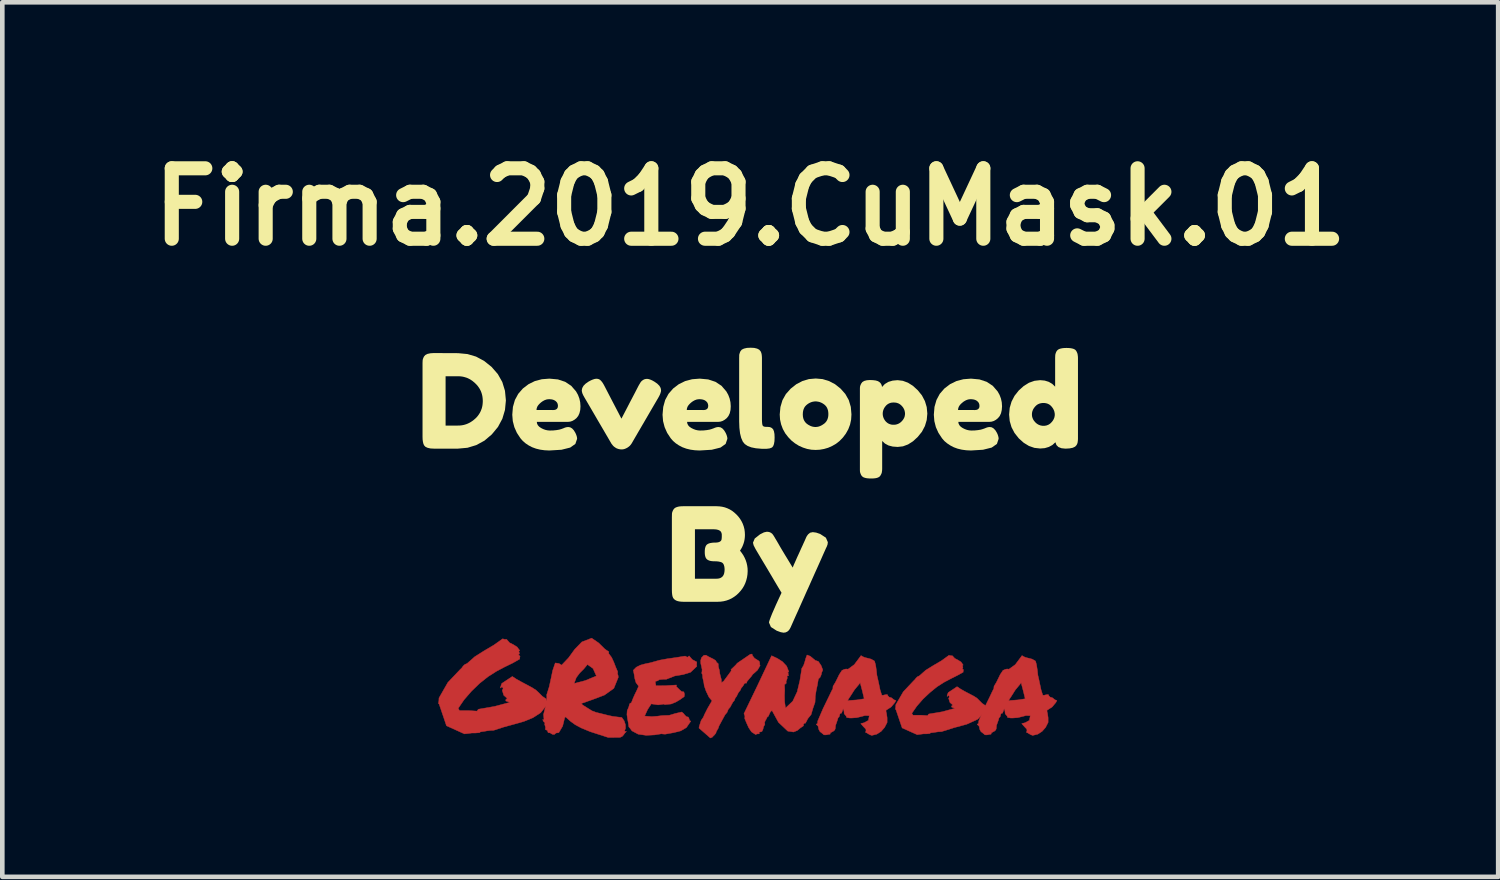
<source format=kicad_pcb>
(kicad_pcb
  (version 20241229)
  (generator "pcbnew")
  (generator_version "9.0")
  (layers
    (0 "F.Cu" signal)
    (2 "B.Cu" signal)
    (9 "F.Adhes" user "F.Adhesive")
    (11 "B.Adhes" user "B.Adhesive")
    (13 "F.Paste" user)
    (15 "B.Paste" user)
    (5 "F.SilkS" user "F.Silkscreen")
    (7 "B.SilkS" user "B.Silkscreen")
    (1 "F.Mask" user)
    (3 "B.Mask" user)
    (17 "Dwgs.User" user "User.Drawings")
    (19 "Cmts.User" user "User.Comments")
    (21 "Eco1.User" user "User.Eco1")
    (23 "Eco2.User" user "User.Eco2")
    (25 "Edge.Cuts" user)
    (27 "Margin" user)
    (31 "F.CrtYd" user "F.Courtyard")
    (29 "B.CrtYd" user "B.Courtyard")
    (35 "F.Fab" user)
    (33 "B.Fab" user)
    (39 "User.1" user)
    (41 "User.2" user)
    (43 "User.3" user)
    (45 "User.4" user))
  (footprint "Firma.2019.CuMask.01"
    (layer "F.Cu")
    (at 13.186 8.71)
    (property "Reference" "Firma.2019.CuMask.01" (at 0 -7.283 180) (layer "F.SilkS") (effects (font (size 1.524 1.524) (thickness 0.305))))
    (attr smd)
    (fp_poly (pts (xy 5.095 3.621) (xy 4.922 3.805) (xy 4.685 3.913) (xy 4.412 3.987) (xy 4.139 4.073) (xy 4.07 4.076) (xy 4.015 4.084) (xy 3.965 4.092) (xy 3.91 4.098) (xy 3.896 4.103) (xy 3.888 4.114) (xy 3.803 4.122) (xy 3.742 4.122) (xy 3.673 4.131) (xy 3.613 4.139) (xy 3.287 3.993) (xy 3.158 3.613) (xy 3.152 3.596) (xy 3.141 3.588) (xy 3.147 3.541) (xy 3.15 3.491) (xy 3.312 3.21) (xy 3.53 2.979) (xy 3.563 2.946) (xy 3.588 2.913) (xy 3.618 2.885) (xy 3.659 2.866) (xy 3.797 2.744) (xy 3.965 2.64) (xy 4.139 2.538) (xy 4.299 2.422) (xy 4.343 2.43) (xy 4.373 2.43) (xy 4.426 2.488) (xy 4.495 2.524) (xy 4.561 2.565) (xy 4.608 2.631) (xy 4.591 2.645) (xy 4.599 2.67) (xy 4.602 2.695) (xy 4.583 2.706) (xy 4.599 2.722) (xy 4.616 2.736) (xy 4.608 2.758) (xy 4.608 2.786) (xy 4.484 2.855) (xy 4.343 2.926) (xy 4.191 3.006) (xy 4.04 3.103) (xy 3.888 3.227) (xy 3.739 3.367) (xy 3.604 3.522) (xy 3.497 3.676) (xy 3.508 3.698) (xy 3.522 3.717) (xy 3.684 3.717) (xy 3.839 3.726) (xy 3.85 3.709) (xy 3.863 3.692) (xy 4.156 3.643) (xy 4.431 3.568) (xy 4.39 3.555) (xy 4.357 3.541) (xy 4.357 3.519) (xy 4.384 3.497) (xy 4.321 3.442) (xy 4.293 3.354) (xy 4.31 3.32) (xy 4.293 3.29) (xy 4.28 3.29) (xy 4.274 3.298) (xy 4.271 3.309) (xy 4.258 3.307) (xy 4.269 3.265) (xy 4.285 3.227) (xy 4.475 3.1) (xy 4.55 3.15) (xy 4.641 3.202) (xy 4.74 3.254) (xy 4.836 3.304) (xy 4.905 3.348) (xy 4.963 3.406) (xy 5.018 3.461) (xy 5.087 3.508) (xy 5.09 3.566) (xy 5.095 3.621) (xy 5.095 3.621)) (stroke (width 0.009) (type solid)) (fill yes) (layer "F.Cu"))
    (fp_poly (pts (xy -6.748 3.464) (xy -6.739 3.409) (xy -6.736 3.345) (xy -6.544 3.009) (xy -6.282 2.733) (xy -6.243 2.695) (xy -6.213 2.653) (xy -6.177 2.62) (xy -6.127 2.598) (xy -5.962 2.452) (xy -5.761 2.325) (xy -5.551 2.201) (xy -5.358 2.064) (xy -5.312 2.077) (xy -5.273 2.075) (xy -5.21 2.149) (xy -5.127 2.19) (xy -5.047 2.24) (xy -4.989 2.317) (xy -5.008 2.331) (xy -5 2.361) (xy -4.995 2.391) (xy -5.019 2.405) (xy -5 2.425) (xy -4.981 2.444) (xy -4.989 2.471) (xy -4.989 2.502) (xy -5.138 2.587) (xy -5.309 2.67) (xy -5.491 2.766) (xy -5.673 2.882) (xy -5.857 3.028) (xy -6.034 3.199) (xy -6.194 3.384) (xy -6.32 3.568) (xy -6.307 3.593) (xy -6.29 3.618) (xy -6.094 3.618) (xy -5.912 3.629) (xy -5.899 3.607) (xy -5.882 3.588) (xy -5.532 3.527) (xy -5.201 3.439) (xy -5.29 3.409) (xy -5.29 3.381) (xy -5.259 3.353) (xy -5.334 3.287) (xy -5.367 3.18) (xy -5.347 3.141) (xy -5.367 3.105) (xy -5.383 3.105) (xy -5.389 3.116) (xy -5.394 3.127) (xy -5.408 3.127) (xy -5.394 3.078) (xy -5.378 3.031) (xy -5.149 2.879) (xy -5.061 2.937) (xy -4.951 2.998) (xy -4.832 3.061) (xy -4.719 3.122) (xy -4.634 3.177) (xy -4.565 3.243) (xy -4.499 3.309) (xy -4.419 3.364) (xy -4.413 3.436) (xy -4.408 3.502) (xy -4.534 3.662) (xy -4.703 3.772) (xy -4.898 3.852) (xy -5.113 3.913) (xy -5.336 3.974) (xy -5.554 4.045) (xy -5.634 4.048) (xy -5.697 4.056) (xy -5.758 4.067) (xy -5.824 4.076) (xy -5.844 4.081) (xy -5.855 4.095) (xy -5.954 4.103) (xy -6.028 4.103) (xy -6.108 4.114) (xy -6.185 4.122) (xy -6.574 3.946) (xy -6.728 3.491) (xy -6.734 3.475) (xy -6.748 3.464) (xy -6.748 3.464)) (stroke (width 0.009) (type solid)) (fill yes) (layer "F.Cu"))
    (fp_poly (pts (xy 0.471 3.615) (xy 0.435 3.646) (xy 0.413 3.692) (xy 0.393 3.739) (xy 0.366 3.759) (xy 0.349 3.797) (xy 0.327 3.833) (xy 0.311 3.872) (xy 0.316 3.918) (xy 0.289 3.965) (xy 0.275 4.023) (xy 0.253 4.07) (xy 0.192 4.087) (xy 0.189 4.1) (xy 0.198 4.12) (xy 0.151 4.122) (xy 0.115 4.136) (xy 0.027 4.078) (xy -0.034 3.987) (xy -0.081 3.883) (xy -0.119 3.792) (xy -0.116 3.734) (xy -0.136 3.684) (xy 0.159 3.072) (xy 0.462 2.43) (xy 0.586 2.488) (xy 0.699 2.56) (xy 0.788 2.656) (xy 0.834 2.775) (xy 0.821 2.789) (xy 0.81 2.791) (xy 0.821 2.811) (xy 0.821 2.822) (xy 0.821 2.838) (xy 0.829 2.863) (xy 0.812 2.866) (xy 0.796 2.866) (xy 0.801 2.915) (xy 0.79 2.951) (xy 0.776 2.984) (xy 0.779 3.028) (xy 0.766 3.034) (xy 0.76 3.042) (xy 0.752 3.05) (xy 0.741 3.05) (xy 0.746 3.172) (xy 0.741 3.296) (xy 0.744 3.425) (xy 0.763 3.563) (xy 0.92 3.414) (xy 1.016 3.21) (xy 1.074 2.968) (xy 1.116 2.703) (xy 1.154 2.643) (xy 1.179 2.568) (xy 1.201 2.488) (xy 1.229 2.414) (xy 1.298 2.441) (xy 1.353 2.486) (xy 1.405 2.53) (xy 1.474 2.554) (xy 1.535 2.645) (xy 1.57 2.739) (xy 1.548 2.789) (xy 1.535 2.844) (xy 1.513 2.896) (xy 1.474 2.935) (xy 1.452 3.067) (xy 1.427 3.183) (xy 1.408 3.304) (xy 1.402 3.439) (xy 1.355 3.574) (xy 1.317 3.704) (xy 1.248 3.789) (xy 1.196 3.888) (xy 1.182 3.894) (xy 1.163 3.886) (xy 1.163 3.902) (xy 1.154 3.913) (xy 1.149 3.924) (xy 1.154 3.946) (xy 1.085 3.993) (xy 1.019 4.048) (xy 0.937 4.081) (xy 0.812 4.062) (xy 0.611 3.872) (xy 0.471 3.616) (xy 0.471 3.615)) (stroke (width 0.009) (type solid)) (fill yes) (layer "F.Cu"))
    (fp_poly (pts (xy -4.443 3.88) (xy -3.765 2.904) (xy -3.812 3.031) (xy -3.57 2.968) (xy -3.33 2.868) (xy -3.402 2.706) (xy -3.523 2.62) (xy -3.603 2.717) (xy -3.691 2.805) (xy -3.765 2.904) (xy -4.443 3.88) (xy -4.468 3.861) (xy -4.493 3.814) (xy -4.463 3.814) (xy -4.474 3.703) (xy -4.449 3.604) (xy -4.427 3.511) (xy -4.435 3.414) (xy -4.416 3.409) (xy -4.405 3.37) (xy -4.402 3.32) (xy -4.405 3.276) (xy -4.35 3.1) (xy -4.311 2.921) (xy -4.275 2.747) (xy -4.22 2.587) (xy -4.14 2.598) (xy -4.082 2.634) (xy -3.931 2.474) (xy -3.799 2.292) (xy -3.644 2.132) (xy -3.432 2.05) (xy -3.283 2.152) (xy -3.148 2.284) (xy -3.107 2.314) (xy -3.063 2.342) (xy -3.063 2.383) (xy -2.999 2.469) (xy -2.952 2.571) (xy -2.911 2.678) (xy -2.867 2.78) (xy -2.873 2.811) (xy -2.867 2.835) (xy -2.859 2.863) (xy -2.856 2.899) (xy -2.952 3.136) (xy -3.156 3.282) (xy -3.41 3.378) (xy -3.655 3.464) (xy -3.644 3.475) (xy -3.636 3.491) (xy -3.509 3.571) (xy -3.424 3.624) (xy -3.335 3.657) (xy -3.2 3.69) (xy -3.068 3.723) (xy -2.98 3.742) (xy -2.897 3.753) (xy -2.779 3.767) (xy -2.729 3.839) (xy -2.702 3.921) (xy -2.699 4.001) (xy -2.721 4.059) (xy -2.707 4.07) (xy -2.679 4.07) (xy -2.713 4.103) (xy -2.74 4.142) (xy -2.773 4.178) (xy -2.817 4.197) (xy -3.071 4.2) (xy -3.465 4.073) (xy -3.658 3.993) (xy -3.787 3.924) (xy -3.889 3.85) (xy -3.997 3.753) (xy -4.008 3.764) (xy -4.016 3.775) (xy -4.06 3.954) (xy -4.143 4.095) (xy -4.204 4.103) (xy -4.239 4.134) (xy -4.281 4.131) (xy -4.306 4.117) (xy -4.33 4.1) (xy -4.374 4.095) (xy -4.391 4.048) (xy -4.435 4.026) (xy -4.43 3.985) (xy -4.438 3.952) (xy -4.449 3.919) (xy -4.443 3.88) (xy -4.443 3.88)) (stroke (width 0.009) (type solid)) (fill yes) (layer "F.Cu"))
    (fp_poly (pts (xy -1.158 2.565) (xy -1.158 2.596) (xy -1.161 2.612) (xy -1.161 2.631) (xy -1.156 2.659) (xy -1.291 2.788) (xy -1.453 2.838) (xy -1.635 2.868) (xy -1.817 2.94) (xy -1.883 2.94) (xy -1.966 2.948) (xy -2.007 2.973) (xy -2.057 2.987) (xy -2.049 3.039) (xy -2.04 3.081) (xy -1.828 3.078) (xy -1.597 3.064) (xy -1.599 3.083) (xy -1.602 3.097) (xy -1.564 3.133) (xy -1.525 3.171) (xy -1.486 3.205) (xy -1.437 3.213) (xy -1.423 3.262) (xy -1.429 3.315) (xy -1.517 3.378) (xy -1.61 3.433) (xy -1.712 3.475) (xy -1.831 3.486) (xy -1.853 3.486) (xy -1.87 3.477) (xy -1.933 3.486) (xy -1.994 3.494) (xy -2.068 3.483) (xy -2.142 3.472) (xy -2.222 3.596) (xy -2.286 3.736) (xy -2.131 3.748) (xy -2.013 3.739) (xy -1.9 3.725) (xy -1.754 3.72) (xy -1.624 3.681) (xy -1.484 3.648) (xy -1.445 3.679) (xy -1.415 3.717) (xy -1.382 3.748) (xy -1.34 3.759) (xy -1.327 3.786) (xy -1.318 3.814) (xy -1.31 3.838) (xy -1.285 3.844) (xy -1.382 3.985) (xy -1.503 4.056) (xy -1.657 4.095) (xy -1.842 4.128) (xy -1.883 4.125) (xy -1.922 4.12) (xy -2.073 4.144) (xy -2.253 4.153) (xy -2.426 4.128) (xy -2.561 4.056) (xy -2.592 4.012) (xy -2.627 3.971) (xy -2.638 3.891) (xy -2.655 3.8) (xy -2.669 3.703) (xy -2.663 3.618) (xy -2.63 3.544) (xy -2.611 3.472) (xy -2.594 3.458) (xy -2.572 3.447) (xy -2.536 3.353) (xy -2.498 3.268) (xy -2.457 3.185) (xy -2.415 3.089) (xy -2.473 3.012) (xy -2.498 2.926) (xy -2.512 2.838) (xy -2.531 2.744) (xy -2.465 2.678) (xy -2.377 2.634) (xy -2.275 2.606) (xy -2.159 2.582) (xy -1.963 2.527) (xy -1.792 2.496) (xy -1.616 2.471) (xy -1.409 2.438) (xy -1.362 2.463) (xy -1.338 2.449) (xy -1.324 2.433) (xy -1.255 2.513) (xy -1.158 2.565) (xy -1.158 2.565)) (stroke (width 0.009) (type solid)) (fill yes) (layer "F.Cu"))
    (fp_poly (pts (xy -0.342 3.395) (xy -0.376 3.436) (xy -0.403 3.483) (xy -0.433 3.541) (xy -0.475 3.59) (xy -0.502 3.657) (xy -0.546 3.709) (xy -0.676 3.949) (xy -0.692 3.998) (xy -0.717 4.042) (xy -0.728 4.062) (xy -0.737 4.076) (xy -0.742 4.103) (xy -0.772 4.142) (xy -0.803 4.172) (xy -0.822 4.194) (xy -0.863 4.211) (xy -1.109 3.996) (xy -1.106 3.968) (xy -1.098 3.94) (xy -1.087 3.907) (xy -1.062 3.83) (xy -1.015 3.761) (xy -0.99 3.701) (xy -0.924 3.571) (xy -0.863 3.466) (xy -0.827 3.406) (xy -0.894 3.326) (xy -0.957 3.194) (xy -0.996 3.081) (xy -1.004 3.02) (xy -1.015 2.968) (xy -1.029 2.907) (xy -1.034 2.844) (xy -1.051 2.805) (xy -1.045 2.777) (xy -1.042 2.728) (xy -1.056 2.662) (xy -1.07 2.601) (xy -1.073 2.535) (xy -1.056 2.474) (xy -1.004 2.422) (xy -0.957 2.419) (xy -0.91 2.447) (xy -0.863 2.471) (xy -0.805 2.499) (xy -0.748 2.535) (xy -0.728 2.573) (xy -0.692 2.604) (xy -0.692 2.634) (xy -0.69 2.664) (xy -0.679 2.708) (xy -0.668 2.742) (xy -0.659 2.816) (xy -0.643 2.879) (xy -0.626 2.943) (xy -0.623 3.014) (xy -0.596 2.995) (xy -0.585 2.987) (xy -0.574 2.979) (xy -0.411 2.758) (xy -0.417 2.73) (xy -0.359 2.675) (xy -0.317 2.634) (xy -0.282 2.593) (xy -0.251 2.571) (xy -0.000437 2.4) (xy 0.038 2.394) (xy 0.049 2.43) (xy 0.093 2.485) (xy 0.168 2.532) (xy 0.193 2.549) (xy 0.206 2.59) (xy 0.203 2.615) (xy 0.214 2.642) (xy 0.159 2.739) (xy 0.099 2.794) (xy 0.052 2.835) (xy 0.022 2.879) (xy 0.002 2.901) (xy -0.072 2.99) (xy -0.08 3.023) (xy -0.114 3.023) (xy -0.127 3.034) (xy -0.155 3.081) (xy -0.182 3.116) (xy -0.196 3.13) (xy -0.204 3.152) (xy -0.213 3.174) (xy -0.257 3.229) (xy -0.276 3.268) (xy -0.298 3.312) (xy -0.328 3.353) (xy -0.342 3.395)) (stroke (width 0.009) (type solid)) (fill yes) (layer "F.Cu"))
    (fp_poly (pts (xy 2.957 3.885) (xy 2.166 3.397) (xy 2.314 3.386) (xy 2.466 3.362) (xy 2.425 3.191) (xy 2.378 3.012) (xy 2.361 3.039) (xy 2.254 3.169) (xy 2.168 3.304) (xy 2.135 3.353) (xy 2.105 3.403) (xy 2.135 3.4) (xy 2.166 3.397) (xy 2.166 3.397) (xy 2.957 3.885) (xy 2.907 3.982) (xy 2.833 4.067) (xy 2.739 4.128) (xy 2.629 4.155) (xy 2.579 4.136) (xy 2.554 4.12) (xy 2.538 4.111) (xy 2.527 4.103) (xy 2.494 4.089) (xy 2.505 4.053) (xy 2.502 4.02) (xy 2.469 3.985) (xy 2.452 3.968) (xy 2.438 3.952) (xy 2.392 3.899) (xy 2.466 3.88) (xy 2.557 3.83) (xy 2.576 3.728) (xy 2.482 3.725) (xy 2.408 3.745) (xy 2.306 3.77) (xy 2.196 3.778) (xy 2.155 3.778) (xy 2.113 3.772) (xy 2.086 3.767) (xy 2.075 3.734) (xy 2.064 3.723) (xy 2.033 3.687) (xy 2.028 3.626) (xy 2.011 3.577) (xy 1.986 3.646) (xy 1.975 3.673) (xy 1.948 3.679) (xy 1.939 3.692) (xy 1.937 3.706) (xy 1.923 3.753) (xy 1.912 3.764) (xy 1.901 3.772) (xy 1.887 3.822) (xy 1.871 3.869) (xy 1.846 3.94) (xy 1.84 4.007) (xy 1.829 4.037) (xy 1.799 4.064) (xy 1.766 4.081) (xy 1.749 4.092) (xy 1.735 4.098) (xy 1.727 4.128) (xy 1.694 4.133) (xy 1.65 4.142) (xy 1.622 4.144) (xy 1.595 4.142) (xy 1.548 4.103) (xy 1.509 4.073) (xy 1.482 4.023) (xy 1.476 3.993) (xy 1.471 3.965) (xy 1.463 3.949) (xy 1.427 3.916) (xy 1.457 3.891) (xy 1.46 3.844) (xy 1.576 3.574) (xy 1.705 3.309) (xy 1.747 3.221) (xy 1.791 3.133) (xy 1.788 3.114) (xy 1.793 3.089) (xy 1.843 3.006) (xy 1.882 2.929) (xy 1.926 2.838) (xy 1.986 2.747) (xy 2.03 2.728) (xy 2.05 2.722) (xy 2.074 2.717) (xy 2.116 2.722) (xy 2.251 2.623) (xy 2.369 2.466) (xy 2.397 2.427) (xy 2.433 2.449) (xy 2.471 2.466) (xy 2.524 2.48) (xy 2.617 2.504) (xy 2.689 2.546) (xy 2.708 2.612) (xy 2.717 2.656) (xy 2.73 2.75) (xy 2.741 2.854) (xy 2.763 2.948) (xy 2.783 3.039) (xy 2.81 3.169) (xy 2.846 3.284) (xy 2.874 3.287) (xy 2.901 3.279) (xy 2.937 3.273) (xy 2.967 3.271) (xy 2.979 3.298) (xy 3.006 3.326) (xy 3.058 3.342) (xy 3.089 3.367) (xy 3.111 3.384) (xy 3.152 3.4) (xy 3.13 3.442) (xy 3.05 3.538) (xy 2.937 3.612) (xy 2.94 3.646) (xy 2.948 3.676) (xy 2.962 3.772) (xy 2.962 3.874) (xy 2.957 3.885)) (stroke (width 0.009) (type solid)) (fill yes) (layer "F.Cu"))
    (fp_poly (pts (xy 6.44 3.885) (xy 5.649 3.397) (xy 5.798 3.386) (xy 5.95 3.362) (xy 5.908 3.191) (xy 5.861 3.012) (xy 5.845 3.039) (xy 5.737 3.169) (xy 5.652 3.304) (xy 5.619 3.353) (xy 5.589 3.403) (xy 5.619 3.4) (xy 5.649 3.397) (xy 5.649 3.397) (xy 6.44 3.885) (xy 6.391 3.982) (xy 6.316 4.067) (xy 6.223 4.128) (xy 6.112 4.155) (xy 6.063 4.136) (xy 6.038 4.12) (xy 6.021 4.111) (xy 6.01 4.103) (xy 5.977 4.089) (xy 5.988 4.053) (xy 5.985 4.02) (xy 5.952 3.985) (xy 5.936 3.968) (xy 5.922 3.952) (xy 5.875 3.899) (xy 5.95 3.88) (xy 6.041 3.83) (xy 6.06 3.728) (xy 5.966 3.725) (xy 5.892 3.745) (xy 5.79 3.77) (xy 5.68 3.778) (xy 5.638 3.778) (xy 5.597 3.772) (xy 5.569 3.767) (xy 5.558 3.734) (xy 5.547 3.723) (xy 5.517 3.687) (xy 5.511 3.626) (xy 5.495 3.577) (xy 5.47 3.646) (xy 5.459 3.673) (xy 5.431 3.679) (xy 5.423 3.692) (xy 5.42 3.706) (xy 5.407 3.753) (xy 5.396 3.764) (xy 5.384 3.772) (xy 5.371 3.822) (xy 5.354 3.869) (xy 5.329 3.94) (xy 5.324 4.007) (xy 5.313 4.037) (xy 5.283 4.064) (xy 5.249 4.081) (xy 5.233 4.092) (xy 5.219 4.098) (xy 5.211 4.128) (xy 5.178 4.133) (xy 5.134 4.142) (xy 5.106 4.144) (xy 5.079 4.142) (xy 5.032 4.103) (xy 4.993 4.073) (xy 4.966 4.023) (xy 4.96 3.993) (xy 4.955 3.965) (xy 4.946 3.949) (xy 4.91 3.916) (xy 4.941 3.891) (xy 4.944 3.844) (xy 5.059 3.574) (xy 5.189 3.309) (xy 5.23 3.221) (xy 5.274 3.133) (xy 5.272 3.114) (xy 5.277 3.089) (xy 5.327 3.006) (xy 5.365 2.929) (xy 5.409 2.838) (xy 5.47 2.747) (xy 5.514 2.728) (xy 5.533 2.722) (xy 5.558 2.717) (xy 5.599 2.722) (xy 5.735 2.623) (xy 5.853 2.466) (xy 5.881 2.427) (xy 5.916 2.449) (xy 5.955 2.466) (xy 6.007 2.48) (xy 6.101 2.504) (xy 6.173 2.546) (xy 6.192 2.612) (xy 6.2 2.656) (xy 6.214 2.75) (xy 6.225 2.854) (xy 6.247 2.948) (xy 6.266 3.039) (xy 6.294 3.169) (xy 6.33 3.284) (xy 6.357 3.287) (xy 6.385 3.279) (xy 6.421 3.273) (xy 6.451 3.271) (xy 6.462 3.298) (xy 6.49 3.326) (xy 6.542 3.342) (xy 6.572 3.367) (xy 6.594 3.384) (xy 6.636 3.4) (xy 6.614 3.442) (xy 6.534 3.538) (xy 6.421 3.612) (xy 6.424 3.646) (xy 6.432 3.676) (xy 6.446 3.772) (xy 6.446 3.874) (xy 6.44 3.885)) (stroke (width 0.009) (type solid)) (fill yes) (layer "F.Cu"))
    (fp_poly (pts (xy 5.095 3.621) (xy 4.922 3.805) (xy 4.685 3.913) (xy 4.412 3.987) (xy 4.139 4.073) (xy 4.07 4.076) (xy 4.015 4.084) (xy 3.965 4.092) (xy 3.91 4.098) (xy 3.896 4.103) (xy 3.888 4.114) (xy 3.803 4.122) (xy 3.742 4.122) (xy 3.673 4.131) (xy 3.613 4.139) (xy 3.287 3.993) (xy 3.158 3.613) (xy 3.152 3.596) (xy 3.141 3.588) (xy 3.147 3.541) (xy 3.15 3.491) (xy 3.312 3.21) (xy 3.53 2.979) (xy 3.563 2.946) (xy 3.588 2.913) (xy 3.618 2.885) (xy 3.659 2.866) (xy 3.797 2.744) (xy 3.965 2.64) (xy 4.139 2.538) (xy 4.299 2.422) (xy 4.343 2.43) (xy 4.373 2.43) (xy 4.426 2.488) (xy 4.495 2.524) (xy 4.561 2.565) (xy 4.608 2.631) (xy 4.591 2.645) (xy 4.599 2.67) (xy 4.602 2.695) (xy 4.583 2.706) (xy 4.599 2.722) (xy 4.616 2.736) (xy 4.608 2.758) (xy 4.608 2.786) (xy 4.484 2.855) (xy 4.343 2.926) (xy 4.191 3.006) (xy 4.04 3.103) (xy 3.888 3.227) (xy 3.739 3.367) (xy 3.604 3.522) (xy 3.497 3.676) (xy 3.508 3.698) (xy 3.522 3.717) (xy 3.684 3.717) (xy 3.839 3.726) (xy 3.85 3.709) (xy 3.863 3.692) (xy 4.156 3.643) (xy 4.431 3.568) (xy 4.39 3.555) (xy 4.357 3.541) (xy 4.357 3.519) (xy 4.384 3.497) (xy 4.321 3.442) (xy 4.293 3.354) (xy 4.31 3.32) (xy 4.293 3.29) (xy 4.28 3.29) (xy 4.274 3.298) (xy 4.271 3.309) (xy 4.258 3.307) (xy 4.269 3.265) (xy 4.285 3.227) (xy 4.475 3.1) (xy 4.55 3.15) (xy 4.641 3.202) (xy 4.74 3.254) (xy 4.836 3.304) (xy 4.905 3.348) (xy 4.963 3.406) (xy 5.018 3.461) (xy 5.087 3.508) (xy 5.09 3.566) (xy 5.095 3.621) (xy 5.095 3.621)) (stroke (width 0.009) (type solid)) (fill yes) (layer "F.Mask"))
    (fp_poly (pts (xy -6.748 3.464) (xy -6.739 3.409) (xy -6.736 3.345) (xy -6.544 3.009) (xy -6.282 2.733) (xy -6.243 2.695) (xy -6.213 2.653) (xy -6.177 2.62) (xy -6.127 2.598) (xy -5.962 2.452) (xy -5.761 2.325) (xy -5.551 2.201) (xy -5.358 2.064) (xy -5.312 2.077) (xy -5.273 2.075) (xy -5.21 2.149) (xy -5.127 2.19) (xy -5.047 2.24) (xy -4.989 2.317) (xy -5.008 2.331) (xy -5 2.361) (xy -4.995 2.391) (xy -5.019 2.405) (xy -5 2.425) (xy -4.981 2.444) (xy -4.989 2.471) (xy -4.989 2.502) (xy -5.138 2.587) (xy -5.309 2.67) (xy -5.491 2.766) (xy -5.673 2.882) (xy -5.857 3.028) (xy -6.034 3.199) (xy -6.194 3.384) (xy -6.32 3.568) (xy -6.307 3.593) (xy -6.29 3.618) (xy -6.094 3.618) (xy -5.912 3.629) (xy -5.899 3.607) (xy -5.882 3.588) (xy -5.532 3.527) (xy -5.201 3.439) (xy -5.29 3.409) (xy -5.29 3.381) (xy -5.259 3.353) (xy -5.334 3.287) (xy -5.367 3.18) (xy -5.347 3.141) (xy -5.367 3.105) (xy -5.383 3.105) (xy -5.389 3.116) (xy -5.394 3.127) (xy -5.408 3.127) (xy -5.394 3.078) (xy -5.378 3.031) (xy -5.149 2.879) (xy -5.061 2.937) (xy -4.951 2.998) (xy -4.832 3.061) (xy -4.719 3.122) (xy -4.634 3.177) (xy -4.565 3.243) (xy -4.499 3.309) (xy -4.419 3.364) (xy -4.413 3.436) (xy -4.408 3.502) (xy -4.534 3.662) (xy -4.703 3.772) (xy -4.898 3.852) (xy -5.113 3.913) (xy -5.336 3.974) (xy -5.554 4.045) (xy -5.634 4.048) (xy -5.697 4.056) (xy -5.758 4.067) (xy -5.824 4.076) (xy -5.844 4.081) (xy -5.855 4.095) (xy -5.954 4.103) (xy -6.028 4.103) (xy -6.108 4.114) (xy -6.185 4.122) (xy -6.574 3.946) (xy -6.728 3.491) (xy -6.734 3.475) (xy -6.748 3.464) (xy -6.748 3.464)) (stroke (width 0.009) (type solid)) (fill yes) (layer "F.Mask"))
    (fp_poly (pts (xy 0.471 3.615) (xy 0.435 3.646) (xy 0.413 3.692) (xy 0.393 3.739) (xy 0.366 3.759) (xy 0.349 3.797) (xy 0.327 3.833) (xy 0.311 3.872) (xy 0.316 3.918) (xy 0.289 3.965) (xy 0.275 4.023) (xy 0.253 4.07) (xy 0.192 4.087) (xy 0.189 4.1) (xy 0.198 4.12) (xy 0.151 4.122) (xy 0.115 4.136) (xy 0.027 4.078) (xy -0.034 3.987) (xy -0.081 3.883) (xy -0.119 3.792) (xy -0.116 3.734) (xy -0.136 3.684) (xy 0.159 3.072) (xy 0.462 2.43) (xy 0.586 2.488) (xy 0.699 2.56) (xy 0.788 2.656) (xy 0.834 2.775) (xy 0.821 2.789) (xy 0.81 2.791) (xy 0.821 2.811) (xy 0.821 2.822) (xy 0.821 2.838) (xy 0.829 2.863) (xy 0.812 2.866) (xy 0.796 2.866) (xy 0.801 2.915) (xy 0.79 2.951) (xy 0.776 2.984) (xy 0.779 3.028) (xy 0.766 3.034) (xy 0.76 3.042) (xy 0.752 3.05) (xy 0.741 3.05) (xy 0.746 3.172) (xy 0.741 3.296) (xy 0.744 3.425) (xy 0.763 3.563) (xy 0.92 3.414) (xy 1.016 3.21) (xy 1.074 2.968) (xy 1.116 2.703) (xy 1.154 2.643) (xy 1.179 2.568) (xy 1.201 2.488) (xy 1.229 2.414) (xy 1.298 2.441) (xy 1.353 2.486) (xy 1.405 2.53) (xy 1.474 2.554) (xy 1.535 2.645) (xy 1.57 2.739) (xy 1.548 2.789) (xy 1.535 2.844) (xy 1.513 2.896) (xy 1.474 2.935) (xy 1.452 3.067) (xy 1.427 3.183) (xy 1.408 3.304) (xy 1.402 3.439) (xy 1.355 3.574) (xy 1.317 3.704) (xy 1.248 3.789) (xy 1.196 3.888) (xy 1.182 3.894) (xy 1.163 3.886) (xy 1.163 3.902) (xy 1.154 3.913) (xy 1.149 3.924) (xy 1.154 3.946) (xy 1.085 3.993) (xy 1.019 4.048) (xy 0.937 4.081) (xy 0.812 4.062) (xy 0.611 3.872) (xy 0.471 3.616) (xy 0.471 3.615)) (stroke (width 0.009) (type solid)) (fill yes) (layer "F.Mask"))
    (fp_poly (pts (xy -4.443 3.88) (xy -3.765 2.904) (xy -3.812 3.031) (xy -3.57 2.968) (xy -3.33 2.868) (xy -3.402 2.706) (xy -3.523 2.62) (xy -3.603 2.717) (xy -3.691 2.805) (xy -3.765 2.904) (xy -4.443 3.88) (xy -4.468 3.861) (xy -4.493 3.814) (xy -4.463 3.814) (xy -4.474 3.703) (xy -4.449 3.604) (xy -4.427 3.511) (xy -4.435 3.414) (xy -4.416 3.409) (xy -4.405 3.37) (xy -4.402 3.32) (xy -4.405 3.276) (xy -4.35 3.1) (xy -4.311 2.921) (xy -4.275 2.747) (xy -4.22 2.587) (xy -4.14 2.598) (xy -4.082 2.634) (xy -3.931 2.474) (xy -3.799 2.292) (xy -3.644 2.132) (xy -3.432 2.05) (xy -3.283 2.152) (xy -3.148 2.284) (xy -3.107 2.314) (xy -3.063 2.342) (xy -3.063 2.383) (xy -2.999 2.469) (xy -2.952 2.571) (xy -2.911 2.678) (xy -2.867 2.78) (xy -2.873 2.811) (xy -2.867 2.835) (xy -2.859 2.863) (xy -2.856 2.899) (xy -2.952 3.136) (xy -3.156 3.282) (xy -3.41 3.378) (xy -3.655 3.464) (xy -3.644 3.475) (xy -3.636 3.491) (xy -3.509 3.571) (xy -3.424 3.624) (xy -3.335 3.657) (xy -3.2 3.69) (xy -3.068 3.723) (xy -2.98 3.742) (xy -2.897 3.753) (xy -2.779 3.767) (xy -2.729 3.839) (xy -2.702 3.921) (xy -2.699 4.001) (xy -2.721 4.059) (xy -2.707 4.07) (xy -2.679 4.07) (xy -2.713 4.103) (xy -2.74 4.142) (xy -2.773 4.178) (xy -2.817 4.197) (xy -3.071 4.2) (xy -3.465 4.073) (xy -3.658 3.993) (xy -3.787 3.924) (xy -3.889 3.85) (xy -3.997 3.753) (xy -4.008 3.764) (xy -4.016 3.775) (xy -4.06 3.954) (xy -4.143 4.095) (xy -4.204 4.103) (xy -4.239 4.134) (xy -4.281 4.131) (xy -4.306 4.117) (xy -4.33 4.1) (xy -4.374 4.095) (xy -4.391 4.048) (xy -4.435 4.026) (xy -4.43 3.985) (xy -4.438 3.952) (xy -4.449 3.919) (xy -4.443 3.88) (xy -4.443 3.88)) (stroke (width 0.009) (type solid)) (fill yes) (layer "F.Mask"))
    (fp_poly (pts (xy -1.158 2.565) (xy -1.158 2.596) (xy -1.161 2.612) (xy -1.161 2.631) (xy -1.156 2.659) (xy -1.291 2.788) (xy -1.453 2.838) (xy -1.635 2.868) (xy -1.817 2.94) (xy -1.883 2.94) (xy -1.966 2.948) (xy -2.007 2.973) (xy -2.057 2.987) (xy -2.049 3.039) (xy -2.04 3.081) (xy -1.828 3.078) (xy -1.597 3.064) (xy -1.599 3.083) (xy -1.602 3.097) (xy -1.564 3.133) (xy -1.525 3.171) (xy -1.486 3.205) (xy -1.437 3.213) (xy -1.423 3.262) (xy -1.429 3.315) (xy -1.517 3.378) (xy -1.61 3.433) (xy -1.712 3.475) (xy -1.831 3.486) (xy -1.853 3.486) (xy -1.87 3.477) (xy -1.933 3.486) (xy -1.994 3.494) (xy -2.068 3.483) (xy -2.142 3.472) (xy -2.222 3.596) (xy -2.286 3.736) (xy -2.131 3.748) (xy -2.013 3.739) (xy -1.9 3.725) (xy -1.754 3.72) (xy -1.624 3.681) (xy -1.484 3.648) (xy -1.445 3.679) (xy -1.415 3.717) (xy -1.382 3.748) (xy -1.34 3.759) (xy -1.327 3.786) (xy -1.318 3.814) (xy -1.31 3.838) (xy -1.285 3.844) (xy -1.382 3.985) (xy -1.503 4.056) (xy -1.657 4.095) (xy -1.842 4.128) (xy -1.883 4.125) (xy -1.922 4.12) (xy -2.073 4.144) (xy -2.253 4.153) (xy -2.426 4.128) (xy -2.561 4.056) (xy -2.592 4.012) (xy -2.627 3.971) (xy -2.638 3.891) (xy -2.655 3.8) (xy -2.669 3.703) (xy -2.663 3.618) (xy -2.63 3.544) (xy -2.611 3.472) (xy -2.594 3.458) (xy -2.572 3.447) (xy -2.536 3.353) (xy -2.498 3.268) (xy -2.457 3.185) (xy -2.415 3.089) (xy -2.473 3.012) (xy -2.498 2.926) (xy -2.512 2.838) (xy -2.531 2.744) (xy -2.465 2.678) (xy -2.377 2.634) (xy -2.275 2.606) (xy -2.159 2.582) (xy -1.963 2.527) (xy -1.792 2.496) (xy -1.616 2.471) (xy -1.409 2.438) (xy -1.362 2.463) (xy -1.338 2.449) (xy -1.324 2.433) (xy -1.255 2.513) (xy -1.158 2.565) (xy -1.158 2.565)) (stroke (width 0.009) (type solid)) (fill yes) (layer "F.Mask"))
    (fp_poly (pts (xy -0.342 3.395) (xy -0.376 3.436) (xy -0.403 3.483) (xy -0.433 3.541) (xy -0.475 3.59) (xy -0.502 3.657) (xy -0.546 3.709) (xy -0.676 3.949) (xy -0.692 3.998) (xy -0.717 4.042) (xy -0.728 4.062) (xy -0.737 4.076) (xy -0.742 4.103) (xy -0.772 4.142) (xy -0.803 4.172) (xy -0.822 4.194) (xy -0.863 4.211) (xy -1.109 3.996) (xy -1.106 3.968) (xy -1.098 3.94) (xy -1.087 3.907) (xy -1.062 3.83) (xy -1.015 3.761) (xy -0.99 3.701) (xy -0.924 3.571) (xy -0.863 3.466) (xy -0.827 3.406) (xy -0.894 3.326) (xy -0.957 3.194) (xy -0.996 3.081) (xy -1.004 3.02) (xy -1.015 2.968) (xy -1.029 2.907) (xy -1.034 2.844) (xy -1.051 2.805) (xy -1.045 2.777) (xy -1.042 2.728) (xy -1.056 2.662) (xy -1.07 2.601) (xy -1.073 2.535) (xy -1.056 2.474) (xy -1.004 2.422) (xy -0.957 2.419) (xy -0.91 2.447) (xy -0.863 2.471) (xy -0.805 2.499) (xy -0.748 2.535) (xy -0.728 2.573) (xy -0.692 2.604) (xy -0.692 2.634) (xy -0.69 2.664) (xy -0.679 2.708) (xy -0.668 2.742) (xy -0.659 2.816) (xy -0.643 2.879) (xy -0.626 2.943) (xy -0.623 3.014) (xy -0.596 2.995) (xy -0.585 2.987) (xy -0.574 2.979) (xy -0.411 2.758) (xy -0.417 2.73) (xy -0.359 2.675) (xy -0.317 2.634) (xy -0.282 2.593) (xy -0.251 2.571) (xy -0.000437 2.4) (xy 0.038 2.394) (xy 0.049 2.43) (xy 0.093 2.485) (xy 0.168 2.532) (xy 0.193 2.549) (xy 0.206 2.59) (xy 0.203 2.615) (xy 0.214 2.642) (xy 0.159 2.739) (xy 0.099 2.794) (xy 0.052 2.835) (xy 0.022 2.879) (xy 0.002 2.901) (xy -0.072 2.99) (xy -0.08 3.023) (xy -0.114 3.023) (xy -0.127 3.034) (xy -0.155 3.081) (xy -0.182 3.116) (xy -0.196 3.13) (xy -0.204 3.152) (xy -0.213 3.174) (xy -0.257 3.229) (xy -0.276 3.268) (xy -0.298 3.312) (xy -0.328 3.353) (xy -0.342 3.395)) (stroke (width 0.009) (type solid)) (fill yes) (layer "F.Mask"))
    (fp_poly (pts (xy 2.957 3.885) (xy 2.166 3.397) (xy 2.314 3.386) (xy 2.466 3.362) (xy 2.425 3.191) (xy 2.378 3.012) (xy 2.361 3.039) (xy 2.254 3.169) (xy 2.168 3.304) (xy 2.135 3.353) (xy 2.105 3.403) (xy 2.135 3.4) (xy 2.166 3.397) (xy 2.166 3.397) (xy 2.957 3.885) (xy 2.907 3.982) (xy 2.833 4.067) (xy 2.739 4.128) (xy 2.629 4.155) (xy 2.579 4.136) (xy 2.554 4.12) (xy 2.538 4.111) (xy 2.527 4.103) (xy 2.494 4.089) (xy 2.505 4.053) (xy 2.502 4.02) (xy 2.469 3.985) (xy 2.452 3.968) (xy 2.438 3.952) (xy 2.392 3.899) (xy 2.466 3.88) (xy 2.557 3.83) (xy 2.576 3.728) (xy 2.482 3.725) (xy 2.408 3.745) (xy 2.306 3.77) (xy 2.196 3.778) (xy 2.155 3.778) (xy 2.113 3.772) (xy 2.086 3.767) (xy 2.075 3.734) (xy 2.064 3.723) (xy 2.033 3.687) (xy 2.028 3.626) (xy 2.011 3.577) (xy 1.986 3.646) (xy 1.975 3.673) (xy 1.948 3.679) (xy 1.939 3.692) (xy 1.937 3.706) (xy 1.923 3.753) (xy 1.912 3.764) (xy 1.901 3.772) (xy 1.887 3.822) (xy 1.871 3.869) (xy 1.846 3.94) (xy 1.84 4.007) (xy 1.829 4.037) (xy 1.799 4.064) (xy 1.766 4.081) (xy 1.749 4.092) (xy 1.735 4.098) (xy 1.727 4.128) (xy 1.694 4.133) (xy 1.65 4.142) (xy 1.622 4.144) (xy 1.595 4.142) (xy 1.548 4.103) (xy 1.509 4.073) (xy 1.482 4.023) (xy 1.476 3.993) (xy 1.471 3.965) (xy 1.463 3.949) (xy 1.427 3.916) (xy 1.457 3.891) (xy 1.46 3.844) (xy 1.576 3.574) (xy 1.705 3.309) (xy 1.747 3.221) (xy 1.791 3.133) (xy 1.788 3.114) (xy 1.793 3.089) (xy 1.843 3.006) (xy 1.882 2.929) (xy 1.926 2.838) (xy 1.986 2.747) (xy 2.03 2.728) (xy 2.05 2.722) (xy 2.074 2.717) (xy 2.116 2.722) (xy 2.251 2.623) (xy 2.369 2.466) (xy 2.397 2.427) (xy 2.433 2.449) (xy 2.471 2.466) (xy 2.524 2.48) (xy 2.617 2.504) (xy 2.689 2.546) (xy 2.708 2.612) (xy 2.717 2.656) (xy 2.73 2.75) (xy 2.741 2.854) (xy 2.763 2.948) (xy 2.783 3.039) (xy 2.81 3.169) (xy 2.846 3.284) (xy 2.874 3.287) (xy 2.901 3.279) (xy 2.937 3.273) (xy 2.967 3.271) (xy 2.979 3.298) (xy 3.006 3.326) (xy 3.058 3.342) (xy 3.089 3.367) (xy 3.111 3.384) (xy 3.152 3.4) (xy 3.13 3.442) (xy 3.05 3.538) (xy 2.937 3.612) (xy 2.94 3.646) (xy 2.948 3.676) (xy 2.962 3.772) (xy 2.962 3.874) (xy 2.957 3.885)) (stroke (width 0.009) (type solid)) (fill yes) (layer "F.Mask"))
    (fp_poly (pts (xy 6.44 3.885) (xy 5.649 3.397) (xy 5.798 3.386) (xy 5.95 3.362) (xy 5.908 3.191) (xy 5.861 3.012) (xy 5.845 3.039) (xy 5.737 3.169) (xy 5.652 3.304) (xy 5.619 3.353) (xy 5.589 3.403) (xy 5.619 3.4) (xy 5.649 3.397) (xy 5.649 3.397) (xy 6.44 3.885) (xy 6.391 3.982) (xy 6.316 4.067) (xy 6.223 4.128) (xy 6.112 4.155) (xy 6.063 4.136) (xy 6.038 4.12) (xy 6.021 4.111) (xy 6.01 4.103) (xy 5.977 4.089) (xy 5.988 4.053) (xy 5.985 4.02) (xy 5.952 3.985) (xy 5.936 3.968) (xy 5.922 3.952) (xy 5.875 3.899) (xy 5.95 3.88) (xy 6.041 3.83) (xy 6.06 3.728) (xy 5.966 3.725) (xy 5.892 3.745) (xy 5.79 3.77) (xy 5.68 3.778) (xy 5.638 3.778) (xy 5.597 3.772) (xy 5.569 3.767) (xy 5.558 3.734) (xy 5.547 3.723) (xy 5.517 3.687) (xy 5.511 3.626) (xy 5.495 3.577) (xy 5.47 3.646) (xy 5.459 3.673) (xy 5.431 3.679) (xy 5.423 3.692) (xy 5.42 3.706) (xy 5.407 3.753) (xy 5.396 3.764) (xy 5.384 3.772) (xy 5.371 3.822) (xy 5.354 3.869) (xy 5.329 3.94) (xy 5.324 4.007) (xy 5.313 4.037) (xy 5.283 4.064) (xy 5.249 4.081) (xy 5.233 4.092) (xy 5.219 4.098) (xy 5.211 4.128) (xy 5.178 4.133) (xy 5.134 4.142) (xy 5.106 4.144) (xy 5.079 4.142) (xy 5.032 4.103) (xy 4.993 4.073) (xy 4.966 4.023) (xy 4.96 3.993) (xy 4.955 3.965) (xy 4.946 3.949) (xy 4.91 3.916) (xy 4.941 3.891) (xy 4.944 3.844) (xy 5.059 3.574) (xy 5.189 3.309) (xy 5.23 3.221) (xy 5.274 3.133) (xy 5.272 3.114) (xy 5.277 3.089) (xy 5.327 3.006) (xy 5.365 2.929) (xy 5.409 2.838) (xy 5.47 2.747) (xy 5.514 2.728) (xy 5.533 2.722) (xy 5.558 2.717) (xy 5.599 2.722) (xy 5.735 2.623) (xy 5.853 2.466) (xy 5.881 2.427) (xy 5.916 2.449) (xy 5.955 2.466) (xy 6.007 2.48) (xy 6.101 2.504) (xy 6.173 2.546) (xy 6.192 2.612) (xy 6.2 2.656) (xy 6.214 2.75) (xy 6.225 2.854) (xy 6.247 2.948) (xy 6.266 3.039) (xy 6.294 3.169) (xy 6.33 3.284) (xy 6.357 3.287) (xy 6.385 3.279) (xy 6.421 3.273) (xy 6.451 3.271) (xy 6.462 3.298) (xy 6.49 3.326) (xy 6.542 3.342) (xy 6.572 3.367) (xy 6.594 3.384) (xy 6.636 3.4) (xy 6.614 3.442) (xy 6.534 3.538) (xy 6.421 3.612) (xy 6.424 3.646) (xy 6.432 3.676) (xy 6.446 3.772) (xy 6.446 3.874) (xy 6.44 3.885)) (stroke (width 0.009) (type solid)) (fill yes) (layer "F.Mask"))
    (fp_poly (pts (xy -0.24 -3.987) (xy -0.24 -4.017) (xy -0.239 -4.044) (xy -0.239 -4.065) (xy -0.238 -4.083) (xy -0.234 -4.101) (xy -0.228 -4.119) (xy -0.221 -4.139) (xy -0.212 -4.159) (xy -0.184 -4.193) (xy -0.137 -4.216) (xy -0.073 -4.231) (xy 0.008 -4.235) (xy 0.086 -4.231) (xy 0.148 -4.216) (xy 0.193 -4.193) (xy 0.223 -4.159) (xy 0.233 -4.139) (xy 0.24 -4.119) (xy 0.245 -4.101) (xy 0.248 -4.083) (xy 0.25 -4.064) (xy 0.252 -4.041) (xy 0.253 -4.015) (xy 0.253 -3.984) (xy 0.253 -3.658) (xy 0.253 -3.331) (xy 0.253 -3.004) (xy 0.253 -2.678) (xy 0.255 -2.631) (xy 0.258 -2.594) (xy 0.263 -2.566) (xy 0.27 -2.548) (xy 0.281 -2.537) (xy 0.297 -2.529) (xy 0.318 -2.524) (xy 0.344 -2.522) (xy 0.371 -2.522) (xy 0.393 -2.521) (xy 0.411 -2.519) (xy 0.423 -2.517) (xy 0.433 -2.514) (xy 0.445 -2.509) (xy 0.457 -2.503) (xy 0.471 -2.494) (xy 0.496 -2.468) (xy 0.513 -2.426) (xy 0.524 -2.368) (xy 0.527 -2.294) (xy 0.524 -2.213) (xy 0.513 -2.15) (xy 0.496 -2.105) (xy 0.471 -2.076) (xy 0.421 -2.056) (xy 0.347 -2.047) (xy 0.246 -2.048) (xy 0.121 -2.059) (xy 0.022 -2.079) (xy -0.058 -2.11) (xy -0.119 -2.151) (xy -0.161 -2.203) (xy -0.196 -2.283) (xy -0.221 -2.383) (xy -0.235 -2.503) (xy -0.24 -2.644) (xy -0.24 -2.979) (xy -0.24 -3.315) (xy -0.24 -3.651) (xy -0.24 -3.987)) (stroke (width 0) (type solid)) (fill yes) (layer "F.SilkS"))
    (fp_poly (pts (xy -2.076 -3.502) (xy -2.012 -3.457) (xy -1.966 -3.411) (xy -1.939 -3.364) (xy -1.93 -3.315) (xy -1.933 -3.285) (xy -1.944 -3.248) (xy -1.961 -3.207) (xy -1.986 -3.16) (xy -2.132 -2.91) (xy -2.278 -2.659) (xy -2.424 -2.409) (xy -2.57 -2.158) (xy -2.587 -2.135) (xy -2.607 -2.112) (xy -2.632 -2.091) (xy -2.661 -2.071) (xy -2.692 -2.055) (xy -2.723 -2.043) (xy -2.754 -2.036) (xy -2.785 -2.034) (xy -2.814 -2.036) (xy -2.843 -2.041) (xy -2.872 -2.05) (xy -2.901 -2.062) (xy -2.925 -2.078) (xy -2.946 -2.093) (xy -2.964 -2.109) (xy -2.977 -2.124) (xy -2.983 -2.132) (xy -2.989 -2.14) (xy -2.996 -2.148) (xy -3.002 -2.155) (xy -3.149 -2.407) (xy -3.296 -2.658) (xy -3.442 -2.909) (xy -3.589 -3.16) (xy -3.614 -3.205) (xy -3.632 -3.245) (xy -3.642 -3.281) (xy -3.646 -3.313) (xy -3.636 -3.362) (xy -3.609 -3.411) (xy -3.563 -3.457) (xy -3.499 -3.502) (xy -3.448 -3.529) (xy -3.403 -3.548) (xy -3.363 -3.56) (xy -3.33 -3.564) (xy -3.3 -3.561) (xy -3.275 -3.554) (xy -3.252 -3.541) (xy -3.234 -3.524) (xy -3.215 -3.503) (xy -3.196 -3.478) (xy -3.177 -3.447) (xy -3.157 -3.411) (xy -3.065 -3.233) (xy -2.973 -3.056) (xy -2.88 -2.878) (xy -2.788 -2.7) (xy -2.695 -2.878) (xy -2.603 -3.056) (xy -2.51 -3.233) (xy -2.418 -3.411) (xy -2.404 -3.436) (xy -2.391 -3.457) (xy -2.381 -3.474) (xy -2.373 -3.487) (xy -2.363 -3.5) (xy -2.352 -3.512) (xy -2.338 -3.524) (xy -2.322 -3.535) (xy -2.304 -3.546) (xy -2.283 -3.554) (xy -2.259 -3.559) (xy -2.232 -3.561) (xy -2.201 -3.557) (xy -2.165 -3.546) (xy -2.123 -3.528) (xy -2.077 -3.502) (xy -2.076 -3.502)) (stroke (width 0) (type solid)) (fill yes) (layer "F.SilkS"))
    (fp_poly (pts (xy 1.512 -0.205) (xy 1.637 -0.124) (xy 1.679 -0.027) (xy 1.673 0.022) (xy 1.656 0.069) (xy 1.639 0.103) (xy 1.633 0.117) (xy 1.587 0.22) (xy 1.541 0.324) (xy 1.495 0.427) (xy 1.449 0.53) (xy 1.402 0.634) (xy 1.356 0.737) (xy 1.31 0.84) (xy 1.264 0.944) (xy 1.217 1.047) (xy 1.171 1.151) (xy 1.125 1.254) (xy 1.079 1.357) (xy 1.033 1.461) (xy 0.986 1.564) (xy 0.94 1.667) (xy 0.894 1.771) (xy 0.873 1.818) (xy 0.854 1.853) (xy 0.835 1.88) (xy 0.806 1.906) (xy 0.768 1.925) (xy 0.722 1.932) (xy 0.659 1.921) (xy 0.572 1.889) (xy 0.447 1.809) (xy 0.406 1.714) (xy 0.41 1.689) (xy 0.423 1.648) (xy 0.444 1.592) (xy 0.473 1.519) (xy 0.512 1.43) (xy 0.558 1.325) (xy 0.613 1.205) (xy 0.677 1.068) (xy 0.606 0.95) (xy 0.536 0.832) (xy 0.466 0.713) (xy 0.396 0.595) (xy 0.326 0.477) (xy 0.255 0.359) (xy 0.185 0.241) (xy 0.115 0.123) (xy 0.073 0.041) (xy 0.059 -0.016) (xy 0.097 -0.106) (xy 0.211 -0.196) (xy 0.296 -0.239) (xy 0.361 -0.253) (xy 0.409 -0.247) (xy 0.448 -0.23) (xy 0.477 -0.207) (xy 0.496 -0.182) (xy 0.502 -0.173) (xy 0.512 -0.157) (xy 0.526 -0.135) (xy 0.543 -0.105) (xy 0.565 -0.069) (xy 0.59 -0.026) (xy 0.619 0.024) (xy 0.651 0.08) (xy 0.686 0.139) (xy 0.721 0.197) (xy 0.755 0.254) (xy 0.789 0.309) (xy 0.822 0.364) (xy 0.855 0.418) (xy 0.887 0.471) (xy 0.919 0.523) (xy 0.925 0.508) (xy 0.934 0.485) (xy 0.947 0.453) (xy 0.965 0.414) (xy 0.986 0.366) (xy 1.01 0.311) (xy 1.039 0.248) (xy 1.072 0.176) (xy 1.104 0.104) (xy 1.133 0.042) (xy 1.157 -0.012) (xy 1.178 -0.057) (xy 1.194 -0.094) (xy 1.206 -0.121) (xy 1.214 -0.139) (xy 1.219 -0.148) (xy 1.222 -0.154) (xy 1.225 -0.159) (xy 1.229 -0.164) (xy 1.233 -0.17) (xy 1.237 -0.176) (xy 1.242 -0.183) (xy 1.247 -0.189) (xy 1.252 -0.196) (xy 1.296 -0.232) (xy 1.354 -0.244) (xy 1.427 -0.234) (xy 1.512 -0.205) (xy 1.512 -0.205)) (stroke (width 0) (type solid)) (fill yes) (layer "F.SilkS"))
    (fp_poly (pts (xy -6.841 -4.12) (xy -6.01 -3.515) (xy -6.032 -3.53) (xy -6.053 -3.544) (xy -6.076 -3.557) (xy -6.098 -3.568) (xy -6.121 -3.579) (xy -6.145 -3.588) (xy -6.169 -3.595) (xy -6.193 -3.602) (xy -6.218 -3.608) (xy -6.243 -3.612) (xy -6.269 -3.615) (xy -6.295 -3.617) (xy -6.322 -3.617) (xy -6.339 -3.617) (xy -6.355 -3.617) (xy -6.372 -3.617) (xy -6.389 -3.617) (xy -6.406 -3.617) (xy -6.423 -3.617) (xy -6.44 -3.617) (xy -6.457 -3.617) (xy -6.474 -3.617) (xy -6.491 -3.617) (xy -6.508 -3.617) (xy -6.525 -3.617) (xy -6.542 -3.617) (xy -6.559 -3.617) (xy -6.576 -3.617) (xy -6.593 -3.617) (xy -6.593 -3.55) (xy -6.593 -3.484) (xy -6.593 -3.417) (xy -6.593 -3.35) (xy -6.593 -3.284) (xy -6.593 -3.217) (xy -6.593 -3.15) (xy -6.593 -3.084) (xy -6.593 -3.017) (xy -6.593 -2.95) (xy -6.593 -2.884) (xy -6.593 -2.817) (xy -6.593 -2.75) (xy -6.593 -2.684) (xy -6.593 -2.617) (xy -6.593 -2.55) (xy -6.575 -2.55) (xy -6.558 -2.55) (xy -6.541 -2.55) (xy -6.524 -2.55) (xy -6.507 -2.55) (xy -6.49 -2.55) (xy -6.473 -2.55) (xy -6.456 -2.55) (xy -6.439 -2.55) (xy -6.422 -2.55) (xy -6.404 -2.55) (xy -6.387 -2.55) (xy -6.37 -2.55) (xy -6.353 -2.55) (xy -6.336 -2.55) (xy -6.319 -2.551) (xy -6.294 -2.551) (xy -6.269 -2.553) (xy -6.244 -2.556) (xy -6.22 -2.56) (xy -6.196 -2.565) (xy -6.172 -2.572) (xy -6.149 -2.579) (xy -6.125 -2.588) (xy -6.103 -2.598) (xy -6.08 -2.609) (xy -6.058 -2.621) (xy -6.036 -2.635) (xy -6.015 -2.649) (xy -5.993 -2.665) (xy -5.973 -2.682) (xy -5.952 -2.7) (xy -5.932 -2.719) (xy -5.913 -2.739) (xy -5.896 -2.76) (xy -5.88 -2.781) (xy -5.866 -2.803) (xy -5.852 -2.825) (xy -5.84 -2.848) (xy -5.829 -2.872) (xy -5.82 -2.896) (xy -5.811 -2.92) (xy -5.804 -2.946) (xy -5.798 -2.972) (xy -5.794 -2.998) (xy -5.791 -3.025) (xy -5.789 -3.053) (xy -5.788 -3.081) (xy -5.789 -3.109) (xy -5.791 -3.137) (xy -5.794 -3.164) (xy -5.798 -3.191) (xy -5.804 -3.217) (xy -5.811 -3.242) (xy -5.819 -3.267) (xy -5.828 -3.291) (xy -5.839 -3.314) (xy -5.851 -3.337) (xy -5.864 -3.359) (xy -5.879 -3.381) (xy -5.894 -3.402) (xy -5.911 -3.423) (xy -5.93 -3.443) (xy -5.949 -3.462) (xy -5.969 -3.481) (xy -5.99 -3.498) (xy -6.01 -3.515) (xy -6.841 -4.12) (xy -6.71 -4.119) (xy -6.58 -4.118) (xy -6.449 -4.118) (xy -6.319 -4.117) (xy -6.12 -4.098) (xy -5.934 -4.043) (xy -5.76 -3.95) (xy -5.599 -3.821) (xy -5.463 -3.665) (xy -5.366 -3.493) (xy -5.308 -3.303) (xy -5.288 -3.095) (xy -5.308 -2.888) (xy -5.365 -2.697) (xy -5.46 -2.52) (xy -5.593 -2.359) (xy -5.752 -2.224) (xy -5.928 -2.128) (xy -6.119 -2.07) (xy -6.327 -2.051) (xy -6.456 -2.051) (xy -6.585 -2.051) (xy -6.714 -2.051) (xy -6.844 -2.051) (xy -6.921 -2.055) (xy -6.983 -2.069) (xy -7.029 -2.091) (xy -7.058 -2.122) (xy -7.073 -2.155) (xy -7.083 -2.196) (xy -7.09 -2.245) (xy -7.092 -2.302) (xy -7.092 -2.695) (xy -7.092 -3.087) (xy -7.092 -3.479) (xy -7.092 -3.871) (xy -7.092 -3.903) (xy -7.091 -3.93) (xy -7.09 -3.952) (xy -7.089 -3.97) (xy -7.085 -3.986) (xy -7.079 -4.004) (xy -7.071 -4.023) (xy -7.061 -4.044) (xy -7.032 -4.077) (xy -6.986 -4.101) (xy -6.922 -4.115) (xy -6.841 -4.12) (xy -6.841 -4.12)) (stroke (width 0) (type solid)) (fill yes) (layer "F.SilkS"))
    (fp_poly (pts (xy -3.674 -2.968) (xy -3.679 -2.888) (xy -4.269 -2.886) (xy -4.256 -2.887) (xy -4.244 -2.888) (xy -4.233 -2.889) (xy -4.222 -2.892) (xy -4.213 -2.895) (xy -4.204 -2.899) (xy -4.196 -2.904) (xy -4.189 -2.909) (xy -4.183 -2.915) (xy -4.177 -2.922) (xy -4.173 -2.929) (xy -4.169 -2.937) (xy -4.166 -2.946) (xy -4.164 -2.955) (xy -4.163 -2.966) (xy -4.162 -2.977) (xy -4.162 -2.985) (xy -4.163 -2.992) (xy -4.164 -3) (xy -4.166 -3.008) (xy -4.167 -3.015) (xy -4.169 -3.022) (xy -4.172 -3.029) (xy -4.175 -3.035) (xy -4.178 -3.042) (xy -4.182 -3.048) (xy -4.186 -3.054) (xy -4.191 -3.06) (xy -4.196 -3.065) (xy -4.201 -3.071) (xy -4.207 -3.076) (xy -4.213 -3.081) (xy -4.219 -3.086) (xy -4.226 -3.09) (xy -4.233 -3.094) (xy -4.24 -3.098) (xy -4.248 -3.102) (xy -4.255 -3.105) (xy -4.264 -3.108) (xy -4.272 -3.111) (xy -4.281 -3.113) (xy -4.291 -3.115) (xy -4.3 -3.117) (xy -4.31 -3.118) (xy -4.321 -3.119) (xy -4.332 -3.12) (xy -4.343 -3.121) (xy -4.354 -3.121) (xy -4.366 -3.12) (xy -4.377 -3.12) (xy -4.388 -3.118) (xy -4.399 -3.116) (xy -4.411 -3.114) (xy -4.422 -3.11) (xy -4.433 -3.106) (xy -4.445 -3.102) (xy -4.456 -3.097) (xy -4.467 -3.091) (xy -4.478 -3.085) (xy -4.49 -3.078) (xy -4.501 -3.071) (xy -4.512 -3.063) (xy -4.524 -3.054) (xy -4.535 -3.045) (xy -4.546 -3.035) (xy -4.556 -3.026) (xy -4.565 -3.017) (xy -4.574 -3.007) (xy -4.582 -2.998) (xy -4.59 -2.988) (xy -4.597 -2.978) (xy -4.603 -2.969) (xy -4.608 -2.959) (xy -4.612 -2.949) (xy -4.616 -2.939) (xy -4.62 -2.928) (xy -4.622 -2.918) (xy -4.624 -2.908) (xy -4.625 -2.897) (xy -4.625 -2.887) (xy -4.603 -2.887) (xy -4.581 -2.887) (xy -4.559 -2.887) (xy -4.536 -2.887) (xy -4.514 -2.887) (xy -4.492 -2.887) (xy -4.47 -2.887) (xy -4.448 -2.887) (xy -4.425 -2.887) (xy -4.403 -2.887) (xy -4.381 -2.887) (xy -4.359 -2.887) (xy -4.336 -2.887) (xy -4.314 -2.887) (xy -4.292 -2.887) (xy -4.269 -2.886) (xy -3.679 -2.888) (xy -3.696 -2.818) (xy -3.723 -2.759) (xy -3.761 -2.711) (xy -3.805 -2.676) (xy -3.851 -2.65) (xy -3.899 -2.635) (xy -3.95 -2.63) (xy -4.118 -2.63) (xy -4.285 -2.63) (xy -4.452 -2.63) (xy -4.619 -2.63) (xy -4.613 -2.592) (xy -4.596 -2.557) (xy -4.567 -2.525) (xy -4.526 -2.497) (xy -4.48 -2.474) (xy -4.433 -2.457) (xy -4.386 -2.447) (xy -4.34 -2.443) (xy -4.262 -2.445) (xy -4.194 -2.452) (xy -4.134 -2.462) (xy -4.083 -2.477) (xy -4.075 -2.48) (xy -4.067 -2.483) (xy -4.06 -2.486) (xy -4.052 -2.488) (xy -4.02 -2.502) (xy -3.99 -2.512) (xy -3.963 -2.517) (xy -3.939 -2.519) (xy -3.896 -2.512) (xy -3.855 -2.488) (xy -3.818 -2.448) (xy -3.784 -2.392) (xy -3.768 -2.356) (xy -3.756 -2.322) (xy -3.749 -2.291) (xy -3.747 -2.263) (xy -3.785 -2.153) (xy -3.897 -2.074) (xy -4.085 -2.027) (xy -4.348 -2.011) (xy -4.45 -2.016) (xy -4.546 -2.029) (xy -4.636 -2.051) (xy -4.721 -2.082) (xy -4.797 -2.122) (xy -4.864 -2.167) (xy -4.922 -2.217) (xy -4.972 -2.274) (xy -5.05 -2.392) (xy -5.105 -2.516) (xy -5.139 -2.647) (xy -5.15 -2.785) (xy -5.136 -2.954) (xy -5.093 -3.104) (xy -5.021 -3.237) (xy -4.921 -3.352) (xy -4.798 -3.446) (xy -4.662 -3.513) (xy -4.511 -3.553) (xy -4.346 -3.566) (xy -4.162 -3.549) (xy -4.005 -3.497) (xy -3.875 -3.411) (xy -3.77 -3.29) (xy -3.728 -3.215) (xy -3.698 -3.136) (xy -3.68 -3.054) (xy -3.674 -2.968) (xy -3.674 -2.968)) (stroke (width 0) (type solid)) (fill yes) (layer "F.SilkS"))
    (fp_poly (pts (xy -0.422 -2.968) (xy -0.427 -2.888) (xy -1.017 -2.886) (xy -1.004 -2.887) (xy -0.992 -2.888) (xy -0.981 -2.889) (xy -0.97 -2.892) (xy -0.961 -2.895) (xy -0.952 -2.899) (xy -0.944 -2.904) (xy -0.937 -2.909) (xy -0.93 -2.915) (xy -0.925 -2.922) (xy -0.92 -2.929) (xy -0.917 -2.937) (xy -0.914 -2.946) (xy -0.912 -2.955) (xy -0.911 -2.966) (xy -0.91 -2.977) (xy -0.91 -2.985) (xy -0.911 -2.992) (xy -0.912 -3) (xy -0.914 -3.008) (xy -0.915 -3.015) (xy -0.918 -3.022) (xy -0.92 -3.029) (xy -0.923 -3.035) (xy -0.926 -3.042) (xy -0.93 -3.048) (xy -0.934 -3.054) (xy -0.939 -3.06) (xy -0.944 -3.065) (xy -0.949 -3.071) (xy -0.955 -3.076) (xy -0.961 -3.081) (xy -0.967 -3.086) (xy -0.974 -3.09) (xy -0.981 -3.095) (xy -0.988 -3.098) (xy -0.995 -3.102) (xy -1.003 -3.105) (xy -1.012 -3.108) (xy -1.02 -3.111) (xy -1.029 -3.113) (xy -1.039 -3.115) (xy -1.048 -3.117) (xy -1.058 -3.118) (xy -1.069 -3.119) (xy -1.08 -3.12) (xy -1.091 -3.121) (xy -1.102 -3.121) (xy -1.113 -3.12) (xy -1.125 -3.12) (xy -1.136 -3.118) (xy -1.147 -3.116) (xy -1.159 -3.114) (xy -1.17 -3.11) (xy -1.181 -3.106) (xy -1.193 -3.102) (xy -1.204 -3.097) (xy -1.215 -3.091) (xy -1.226 -3.085) (xy -1.238 -3.078) (xy -1.249 -3.071) (xy -1.26 -3.063) (xy -1.272 -3.054) (xy -1.283 -3.045) (xy -1.294 -3.035) (xy -1.304 -3.026) (xy -1.313 -3.017) (xy -1.322 -3.007) (xy -1.33 -2.998) (xy -1.338 -2.988) (xy -1.345 -2.978) (xy -1.351 -2.969) (xy -1.356 -2.959) (xy -1.36 -2.949) (xy -1.364 -2.939) (xy -1.368 -2.928) (xy -1.37 -2.918) (xy -1.372 -2.908) (xy -1.373 -2.897) (xy -1.373 -2.887) (xy -1.351 -2.887) (xy -1.329 -2.887) (xy -1.307 -2.887) (xy -1.284 -2.887) (xy -1.262 -2.887) (xy -1.24 -2.887) (xy -1.218 -2.887) (xy -1.195 -2.887) (xy -1.173 -2.887) (xy -1.151 -2.887) (xy -1.129 -2.887) (xy -1.107 -2.887) (xy -1.084 -2.887) (xy -1.062 -2.887) (xy -1.04 -2.887) (xy -1.017 -2.886) (xy -0.427 -2.888) (xy -0.443 -2.818) (xy -0.471 -2.759) (xy -0.509 -2.711) (xy -0.553 -2.676) (xy -0.599 -2.65) (xy -0.647 -2.635) (xy -0.698 -2.63) (xy -0.865 -2.63) (xy -1.033 -2.63) (xy -1.2 -2.63) (xy -1.367 -2.63) (xy -1.361 -2.592) (xy -1.344 -2.557) (xy -1.315 -2.525) (xy -1.274 -2.497) (xy -1.227 -2.474) (xy -1.181 -2.457) (xy -1.134 -2.447) (xy -1.088 -2.443) (xy -1.01 -2.445) (xy -0.942 -2.452) (xy -0.882 -2.462) (xy -0.831 -2.477) (xy -0.823 -2.48) (xy -0.815 -2.483) (xy -0.808 -2.486) (xy -0.8 -2.488) (xy -0.767 -2.502) (xy -0.738 -2.512) (xy -0.711 -2.517) (xy -0.687 -2.519) (xy -0.643 -2.512) (xy -0.603 -2.488) (xy -0.566 -2.448) (xy -0.532 -2.392) (xy -0.516 -2.356) (xy -0.504 -2.322) (xy -0.497 -2.291) (xy -0.495 -2.263) (xy -0.533 -2.153) (xy -0.645 -2.074) (xy -0.833 -2.027) (xy -1.096 -2.011) (xy -1.198 -2.016) (xy -1.294 -2.029) (xy -1.384 -2.051) (xy -1.469 -2.082) (xy -1.545 -2.122) (xy -1.612 -2.167) (xy -1.67 -2.217) (xy -1.72 -2.274) (xy -1.798 -2.392) (xy -1.853 -2.516) (xy -1.887 -2.647) (xy -1.898 -2.785) (xy -1.883 -2.954) (xy -1.841 -3.104) (xy -1.769 -3.237) (xy -1.669 -3.352) (xy -1.546 -3.446) (xy -1.409 -3.513) (xy -1.258 -3.553) (xy -1.093 -3.566) (xy -0.91 -3.549) (xy -0.753 -3.497) (xy -0.622 -3.411) (xy -0.518 -3.29) (xy -0.476 -3.215) (xy -0.446 -3.136) (xy -0.428 -3.054) (xy -0.422 -2.968) (xy -0.422 -2.968)) (stroke (width 0) (type solid)) (fill yes) (layer "F.SilkS"))
    (fp_poly (pts (xy 5.449 -2.968) (xy 5.443 -2.888) (xy 4.853 -2.886) (xy 4.866 -2.887) (xy 4.878 -2.888) (xy 4.89 -2.889) (xy 4.9 -2.892) (xy 4.91 -2.895) (xy 4.919 -2.899) (xy 4.927 -2.904) (xy 4.934 -2.909) (xy 4.94 -2.915) (xy 4.945 -2.922) (xy 4.95 -2.929) (xy 4.954 -2.937) (xy 4.957 -2.946) (xy 4.959 -2.955) (xy 4.96 -2.966) (xy 4.96 -2.977) (xy 4.96 -2.985) (xy 4.959 -2.992) (xy 4.958 -3) (xy 4.957 -3.008) (xy 4.955 -3.015) (xy 4.953 -3.022) (xy 4.95 -3.029) (xy 4.947 -3.035) (xy 4.944 -3.042) (xy 4.94 -3.048) (xy 4.936 -3.054) (xy 4.931 -3.06) (xy 4.926 -3.065) (xy 4.921 -3.071) (xy 4.915 -3.076) (xy 4.909 -3.081) (xy 4.903 -3.086) (xy 4.896 -3.09) (xy 4.89 -3.095) (xy 4.882 -3.098) (xy 4.875 -3.102) (xy 4.867 -3.105) (xy 4.859 -3.108) (xy 4.85 -3.111) (xy 4.841 -3.113) (xy 4.832 -3.115) (xy 4.822 -3.117) (xy 4.812 -3.118) (xy 4.801 -3.119) (xy 4.791 -3.12) (xy 4.78 -3.121) (xy 4.768 -3.121) (xy 4.757 -3.12) (xy 4.746 -3.12) (xy 4.734 -3.118) (xy 4.723 -3.116) (xy 4.712 -3.114) (xy 4.7 -3.11) (xy 4.689 -3.106) (xy 4.678 -3.102) (xy 4.667 -3.097) (xy 4.655 -3.091) (xy 4.644 -3.085) (xy 4.633 -3.078) (xy 4.621 -3.071) (xy 4.61 -3.063) (xy 4.599 -3.054) (xy 4.588 -3.045) (xy 4.577 -3.035) (xy 4.566 -3.026) (xy 4.557 -3.017) (xy 4.548 -3.007) (xy 4.54 -2.998) (xy 4.532 -2.988) (xy 4.526 -2.978) (xy 4.52 -2.969) (xy 4.514 -2.959) (xy 4.51 -2.949) (xy 4.506 -2.939) (xy 4.503 -2.928) (xy 4.5 -2.918) (xy 4.499 -2.908) (xy 4.497 -2.897) (xy 4.497 -2.887) (xy 4.519 -2.887) (xy 4.542 -2.887) (xy 4.564 -2.887) (xy 4.586 -2.887) (xy 4.608 -2.887) (xy 4.63 -2.887) (xy 4.653 -2.887) (xy 4.675 -2.887) (xy 4.697 -2.887) (xy 4.719 -2.887) (xy 4.742 -2.887) (xy 4.764 -2.887) (xy 4.786 -2.887) (xy 4.808 -2.887) (xy 4.83 -2.887) (xy 4.853 -2.886) (xy 5.443 -2.888) (xy 5.427 -2.818) (xy 5.4 -2.759) (xy 5.361 -2.711) (xy 5.318 -2.676) (xy 5.272 -2.65) (xy 5.223 -2.635) (xy 5.172 -2.63) (xy 5.005 -2.63) (xy 4.838 -2.63) (xy 4.671 -2.63) (xy 4.503 -2.63) (xy 4.509 -2.592) (xy 4.527 -2.557) (xy 4.556 -2.525) (xy 4.597 -2.497) (xy 4.643 -2.474) (xy 4.69 -2.457) (xy 4.736 -2.447) (xy 4.783 -2.443) (xy 4.86 -2.445) (xy 4.929 -2.452) (xy 4.989 -2.462) (xy 5.04 -2.477) (xy 5.047 -2.48) (xy 5.055 -2.483) (xy 5.063 -2.486) (xy 5.071 -2.488) (xy 5.103 -2.502) (xy 5.133 -2.512) (xy 5.16 -2.517) (xy 5.184 -2.519) (xy 5.227 -2.512) (xy 5.267 -2.488) (xy 5.305 -2.448) (xy 5.339 -2.392) (xy 5.355 -2.356) (xy 5.366 -2.322) (xy 5.373 -2.291) (xy 5.375 -2.263) (xy 5.338 -2.153) (xy 5.225 -2.074) (xy 5.037 -2.027) (xy 4.774 -2.011) (xy 4.673 -2.016) (xy 4.577 -2.029) (xy 4.486 -2.051) (xy 4.402 -2.082) (xy 4.326 -2.122) (xy 4.259 -2.167) (xy 4.2 -2.217) (xy 4.151 -2.274) (xy 4.073 -2.392) (xy 4.017 -2.516) (xy 3.984 -2.647) (xy 3.973 -2.785) (xy 3.987 -2.954) (xy 4.03 -3.104) (xy 4.101 -3.237) (xy 4.201 -3.352) (xy 4.324 -3.446) (xy 4.461 -3.513) (xy 4.612 -3.553) (xy 4.777 -3.566) (xy 4.96 -3.549) (xy 5.117 -3.497) (xy 5.248 -3.411) (xy 5.353 -3.29) (xy 5.395 -3.215) (xy 5.425 -3.136) (xy 5.443 -3.054) (xy 5.449 -2.968) (xy 5.449 -2.968)) (stroke (width 0) (type solid)) (fill yes) (layer "F.SilkS"))
    (fp_poly (pts (xy 0.638 -2.79) (xy 1.239 -2.579) (xy 1.25 -2.571) (xy 1.262 -2.564) (xy 1.273 -2.558) (xy 1.285 -2.552) (xy 1.296 -2.546) (xy 1.307 -2.541) (xy 1.319 -2.536) (xy 1.33 -2.533) (xy 1.342 -2.529) (xy 1.353 -2.526) (xy 1.365 -2.524) (xy 1.376 -2.522) (xy 1.388 -2.521) (xy 1.4 -2.52) (xy 1.411 -2.519) (xy 1.423 -2.52) (xy 1.434 -2.521) (xy 1.446 -2.522) (xy 1.458 -2.524) (xy 1.469 -2.526) (xy 1.481 -2.529) (xy 1.493 -2.533) (xy 1.504 -2.537) (xy 1.516 -2.542) (xy 1.528 -2.547) (xy 1.539 -2.553) (xy 1.551 -2.559) (xy 1.562 -2.566) (xy 1.574 -2.574) (xy 1.586 -2.582) (xy 1.597 -2.59) (xy 1.609 -2.599) (xy 1.619 -2.609) (xy 1.629 -2.619) (xy 1.638 -2.63) (xy 1.647 -2.641) (xy 1.654 -2.653) (xy 1.661 -2.665) (xy 1.667 -2.678) (xy 1.673 -2.691) (xy 1.677 -2.705) (xy 1.681 -2.719) (xy 1.685 -2.734) (xy 1.687 -2.749) (xy 1.689 -2.765) (xy 1.69 -2.782) (xy 1.69 -2.799) (xy 1.69 -2.816) (xy 1.689 -2.832) (xy 1.687 -2.848) (xy 1.685 -2.864) (xy 1.682 -2.878) (xy 1.678 -2.893) (xy 1.673 -2.906) (xy 1.668 -2.92) (xy 1.663 -2.932) (xy 1.656 -2.944) (xy 1.649 -2.956) (xy 1.641 -2.967) (xy 1.632 -2.977) (xy 1.623 -2.987) (xy 1.613 -2.996) (xy 1.603 -3.005) (xy 1.592 -3.013) (xy 1.581 -3.021) (xy 1.569 -3.028) (xy 1.558 -3.035) (xy 1.547 -3.041) (xy 1.535 -3.046) (xy 1.523 -3.051) (xy 1.512 -3.056) (xy 1.5 -3.06) (xy 1.488 -3.063) (xy 1.476 -3.066) (xy 1.464 -3.068) (xy 1.451 -3.07) (xy 1.439 -3.072) (xy 1.426 -3.073) (xy 1.414 -3.073) (xy 1.401 -3.073) (xy 1.388 -3.072) (xy 1.376 -3.07) (xy 1.364 -3.068) (xy 1.352 -3.066) (xy 1.339 -3.063) (xy 1.327 -3.059) (xy 1.316 -3.055) (xy 1.304 -3.05) (xy 1.292 -3.045) (xy 1.281 -3.039) (xy 1.269 -3.033) (xy 1.258 -3.026) (xy 1.247 -3.019) (xy 1.236 -3.011) (xy 1.225 -3.002) (xy 1.214 -2.993) (xy 1.204 -2.983) (xy 1.195 -2.973) (xy 1.186 -2.963) (xy 1.178 -2.951) (xy 1.171 -2.94) (xy 1.165 -2.927) (xy 1.159 -2.915) (xy 1.154 -2.901) (xy 1.149 -2.887) (xy 1.146 -2.873) (xy 1.143 -2.858) (xy 1.14 -2.843) (xy 1.139 -2.827) (xy 1.138 -2.81) (xy 1.137 -2.793) (xy 1.138 -2.777) (xy 1.139 -2.76) (xy 1.14 -2.745) (xy 1.143 -2.73) (xy 1.146 -2.715) (xy 1.15 -2.701) (xy 1.154 -2.687) (xy 1.16 -2.674) (xy 1.166 -2.661) (xy 1.173 -2.649) (xy 1.18 -2.638) (xy 1.188 -2.627) (xy 1.197 -2.616) (xy 1.206 -2.606) (xy 1.217 -2.596) (xy 1.228 -2.587) (xy 1.228 -2.587) (xy 1.228 -2.587) (xy 1.228 -2.587) (xy 1.228 -2.587) (xy 1.239 -2.579) (xy 0.638 -2.79) (xy 0.653 -2.952) (xy 0.697 -3.1) (xy 0.771 -3.232) (xy 0.875 -3.349) (xy 0.998 -3.446) (xy 1.129 -3.514) (xy 1.269 -3.556) (xy 1.417 -3.569) (xy 1.565 -3.556) (xy 1.704 -3.514) (xy 1.834 -3.446) (xy 1.956 -3.349) (xy 2.058 -3.233) (xy 2.132 -3.102) (xy 2.176 -2.955) (xy 2.19 -2.793) (xy 2.183 -2.679) (xy 2.16 -2.572) (xy 2.122 -2.471) (xy 2.069 -2.376) (xy 2.005 -2.291) (xy 1.934 -2.218) (xy 1.857 -2.157) (xy 1.772 -2.108) (xy 1.686 -2.07) (xy 1.597 -2.044) (xy 1.506 -2.028) (xy 1.414 -2.023) (xy 1.322 -2.028) (xy 1.231 -2.045) (xy 1.141 -2.074) (xy 1.053 -2.113) (xy 0.969 -2.165) (xy 0.891 -2.227) (xy 0.821 -2.3) (xy 0.756 -2.384) (xy 0.705 -2.477) (xy 0.668 -2.576) (xy 0.645 -2.68) (xy 0.638 -2.79) (xy 0.638 -2.79)) (stroke (width 0) (type solid)) (fill yes) (layer "F.SilkS"))
    (fp_poly (pts (xy 6.626 -4.154) (xy 6.59 -2.776) (xy 6.59 -2.788) (xy 6.59 -2.799) (xy 6.589 -2.811) (xy 6.587 -2.822) (xy 6.585 -2.833) (xy 6.583 -2.845) (xy 6.58 -2.856) (xy 6.577 -2.867) (xy 6.573 -2.877) (xy 6.568 -2.888) (xy 6.563 -2.899) (xy 6.558 -2.909) (xy 6.552 -2.919) (xy 6.545 -2.93) (xy 6.538 -2.94) (xy 6.53 -2.95) (xy 6.522 -2.96) (xy 6.514 -2.969) (xy 6.505 -2.978) (xy 6.496 -2.987) (xy 6.487 -2.994) (xy 6.477 -3.002) (xy 6.467 -3.008) (xy 6.456 -3.014) (xy 6.445 -3.019) (xy 6.434 -3.024) (xy 6.422 -3.028) (xy 6.41 -3.031) (xy 6.398 -3.034) (xy 6.385 -3.036) (xy 6.372 -3.038) (xy 6.358 -3.039) (xy 6.344 -3.039) (xy 6.33 -3.039) (xy 6.317 -3.038) (xy 6.303 -3.036) (xy 6.291 -3.034) (xy 6.278 -3.031) (xy 6.266 -3.028) (xy 6.254 -3.024) (xy 6.243 -3.019) (xy 6.231 -3.014) (xy 6.221 -3.008) (xy 6.21 -3.002) (xy 6.2 -2.994) (xy 6.191 -2.987) (xy 6.181 -2.978) (xy 6.172 -2.969) (xy 6.164 -2.96) (xy 6.155 -2.95) (xy 6.148 -2.94) (xy 6.141 -2.931) (xy 6.134 -2.921) (xy 6.128 -2.911) (xy 6.122 -2.9) (xy 6.117 -2.89) (xy 6.113 -2.879) (xy 6.109 -2.869) (xy 6.105 -2.858) (xy 6.102 -2.847) (xy 6.1 -2.836) (xy 6.098 -2.825) (xy 6.097 -2.814) (xy 6.096 -2.802) (xy 6.096 -2.791) (xy 6.096 -2.779) (xy 6.097 -2.768) (xy 6.098 -2.756) (xy 6.1 -2.745) (xy 6.103 -2.734) (xy 6.106 -2.723) (xy 6.11 -2.712) (xy 6.114 -2.702) (xy 6.119 -2.691) (xy 6.124 -2.681) (xy 6.13 -2.67) (xy 6.137 -2.66) (xy 6.144 -2.65) (xy 6.152 -2.641) (xy 6.16 -2.631) (xy 6.169 -2.621) (xy 6.169 -2.621) (xy 6.169 -2.621) (xy 6.169 -2.621) (xy 6.169 -2.621) (xy 6.178 -2.612) (xy 6.188 -2.603) (xy 6.198 -2.595) (xy 6.208 -2.588) (xy 6.218 -2.581) (xy 6.229 -2.575) (xy 6.239 -2.569) (xy 6.25 -2.564) (xy 6.262 -2.56) (xy 6.273 -2.556) (xy 6.285 -2.552) (xy 6.297 -2.55) (xy 6.309 -2.548) (xy 6.321 -2.546) (xy 6.334 -2.546) (xy 6.347 -2.545) (xy 6.36 -2.546) (xy 6.373 -2.546) (xy 6.385 -2.548) (xy 6.397 -2.55) (xy 6.409 -2.552) (xy 6.42 -2.556) (xy 6.431 -2.56) (xy 6.442 -2.564) (xy 6.453 -2.569) (xy 6.463 -2.575) (xy 6.473 -2.581) (xy 6.483 -2.588) (xy 6.492 -2.595) (xy 6.502 -2.603) (xy 6.51 -2.612) (xy 6.519 -2.621) (xy 6.528 -2.631) (xy 6.536 -2.641) (xy 6.543 -2.65) (xy 6.55 -2.66) (xy 6.556 -2.67) (xy 6.562 -2.68) (xy 6.567 -2.691) (xy 6.572 -2.701) (xy 6.576 -2.711) (xy 6.58 -2.722) (xy 6.583 -2.733) (xy 6.585 -2.743) (xy 6.587 -2.754) (xy 6.589 -2.765) (xy 6.59 -2.776) (xy 6.626 -4.154) (xy 6.64 -4.173) (xy 6.657 -4.19) (xy 6.678 -4.203) (xy 6.703 -4.213) (xy 6.732 -4.22) (xy 6.765 -4.226) (xy 6.802 -4.229) (xy 6.844 -4.23) (xy 6.887 -4.229) (xy 6.925 -4.226) (xy 6.959 -4.22) (xy 6.988 -4.213) (xy 7.012 -4.203) (xy 7.033 -4.19) (xy 7.049 -4.173) (xy 7.061 -4.154) (xy 7.071 -4.133) (xy 7.079 -4.113) (xy 7.084 -4.095) (xy 7.086 -4.077) (xy 7.089 -4.06) (xy 7.091 -4.038) (xy 7.092 -4.012) (xy 7.092 -3.981) (xy 7.092 -3.56) (xy 7.092 -3.139) (xy 7.092 -2.718) (xy 7.092 -2.297) (xy 7.092 -2.266) (xy 7.091 -2.239) (xy 7.089 -2.217) (xy 7.086 -2.198) (xy 7.084 -2.182) (xy 7.079 -2.165) (xy 7.071 -2.146) (xy 7.061 -2.127) (xy 7.03 -2.094) (xy 6.98 -2.07) (xy 6.91 -2.056) (xy 6.821 -2.051) (xy 6.735 -2.06) (xy 6.669 -2.086) (xy 6.626 -2.129) (xy 6.604 -2.189) (xy 6.539 -2.13) (xy 6.462 -2.088) (xy 6.374 -2.062) (xy 6.274 -2.054) (xy 6.149 -2.068) (xy 6.031 -2.109) (xy 5.918 -2.178) (xy 5.811 -2.274) (xy 5.719 -2.39) (xy 5.654 -2.515) (xy 5.615 -2.648) (xy 5.602 -2.79) (xy 5.615 -2.934) (xy 5.654 -3.068) (xy 5.719 -3.194) (xy 5.811 -3.31) (xy 5.919 -3.407) (xy 6.032 -3.477) (xy 6.151 -3.519) (xy 6.274 -3.533) (xy 6.372 -3.524) (xy 6.459 -3.497) (xy 6.535 -3.453) (xy 6.598 -3.392) (xy 6.598 -3.54) (xy 6.598 -3.688) (xy 6.598 -3.836) (xy 6.598 -3.984) (xy 6.598 -4.015) (xy 6.599 -4.041) (xy 6.6 -4.063) (xy 6.601 -4.08) (xy 6.605 -4.098) (xy 6.61 -4.116) (xy 6.617 -4.134) (xy 6.626 -4.154) (xy 6.626 -4.154)) (stroke (width 0) (type solid)) (fill yes) (layer "F.SilkS"))
    (fp_poly (pts (xy 2.373 -1.645) (xy 2.883 -2.894) (xy 2.879 -2.884) (xy 2.876 -2.873) (xy 2.873 -2.862) (xy 2.871 -2.852) (xy 2.869 -2.841) (xy 2.868 -2.83) (xy 2.867 -2.819) (xy 2.867 -2.807) (xy 2.867 -2.796) (xy 2.868 -2.785) (xy 2.869 -2.774) (xy 2.871 -2.763) (xy 2.873 -2.752) (xy 2.876 -2.742) (xy 2.879 -2.731) (xy 2.883 -2.721) (xy 2.887 -2.71) (xy 2.892 -2.7) (xy 2.897 -2.69) (xy 2.903 -2.68) (xy 2.909 -2.67) (xy 2.916 -2.66) (xy 2.924 -2.65) (xy 2.931 -2.641) (xy 2.94 -2.632) (xy 2.949 -2.624) (xy 2.958 -2.616) (xy 2.967 -2.609) (xy 2.977 -2.602) (xy 2.987 -2.596) (xy 2.997 -2.591) (xy 3.008 -2.586) (xy 3.018 -2.582) (xy 3.029 -2.578) (xy 3.041 -2.575) (xy 3.052 -2.572) (xy 3.064 -2.57) (xy 3.076 -2.569) (xy 3.088 -2.568) (xy 3.101 -2.568) (xy 3.114 -2.568) (xy 3.126 -2.569) (xy 3.139 -2.57) (xy 3.151 -2.572) (xy 3.163 -2.575) (xy 3.174 -2.578) (xy 3.186 -2.582) (xy 3.197 -2.586) (xy 3.207 -2.591) (xy 3.218 -2.596) (xy 3.228 -2.602) (xy 3.238 -2.609) (xy 3.248 -2.616) (xy 3.258 -2.624) (xy 3.267 -2.632) (xy 3.276 -2.641) (xy 3.284 -2.65) (xy 3.293 -2.66) (xy 3.301 -2.669) (xy 3.308 -2.679) (xy 3.314 -2.689) (xy 3.32 -2.699) (xy 3.326 -2.709) (xy 3.331 -2.719) (xy 3.335 -2.73) (xy 3.339 -2.74) (xy 3.342 -2.751) (xy 3.344 -2.762) (xy 3.346 -2.773) (xy 3.348 -2.784) (xy 3.349 -2.796) (xy 3.349 -2.807) (xy 3.349 -2.819) (xy 3.348 -2.83) (xy 3.346 -2.842) (xy 3.344 -2.853) (xy 3.342 -2.864) (xy 3.339 -2.874) (xy 3.336 -2.885) (xy 3.332 -2.896) (xy 3.327 -2.906) (xy 3.322 -2.916) (xy 3.317 -2.926) (xy 3.311 -2.936) (xy 3.304 -2.946) (xy 3.297 -2.955) (xy 3.289 -2.965) (xy 3.281 -2.974) (xy 3.272 -2.983) (xy 3.263 -2.992) (xy 3.254 -3) (xy 3.244 -3.007) (xy 3.235 -3.014) (xy 3.224 -3.02) (xy 3.214 -3.026) (xy 3.203 -3.031) (xy 3.191 -3.035) (xy 3.18 -3.039) (xy 3.168 -3.043) (xy 3.156 -3.045) (xy 3.143 -3.047) (xy 3.13 -3.048) (xy 3.117 -3.049) (xy 3.103 -3.05) (xy 3.09 -3.049) (xy 3.077 -3.048) (xy 3.064 -3.047) (xy 3.052 -3.045) (xy 3.04 -3.043) (xy 3.029 -3.039) (xy 3.017 -3.035) (xy 3.007 -3.031) (xy 2.996 -3.026) (xy 2.986 -3.02) (xy 2.976 -3.014) (xy 2.966 -3.007) (xy 2.957 -3) (xy 2.948 -2.992) (xy 2.939 -2.983) (xy 2.931 -2.974) (xy 2.931 -2.974) (xy 2.931 -2.974) (xy 2.931 -2.974) (xy 2.931 -2.974) (xy 2.924 -2.964) (xy 2.916 -2.955) (xy 2.909 -2.945) (xy 2.903 -2.935) (xy 2.897 -2.925) (xy 2.892 -2.915) (xy 2.887 -2.904) (xy 2.883 -2.894) (xy 2.373 -1.645) (xy 2.373 -2.057) (xy 2.373 -2.469) (xy 2.373 -2.881) (xy 2.373 -3.293) (xy 2.373 -3.323) (xy 2.373 -3.349) (xy 2.374 -3.371) (xy 2.375 -3.389) (xy 2.379 -3.405) (xy 2.384 -3.422) (xy 2.392 -3.44) (xy 2.401 -3.459) (xy 2.427 -3.493) (xy 2.468 -3.517) (xy 2.522 -3.531) (xy 2.59 -3.536) (xy 2.658 -3.533) (xy 2.715 -3.526) (xy 2.759 -3.513) (xy 2.79 -3.496) (xy 2.814 -3.475) (xy 2.832 -3.45) (xy 2.845 -3.42) (xy 2.852 -3.386) (xy 2.913 -3.45) (xy 2.99 -3.496) (xy 3.081 -3.523) (xy 3.188 -3.533) (xy 3.302 -3.519) (xy 3.413 -3.478) (xy 3.521 -3.41) (xy 3.625 -3.315) (xy 3.716 -3.202) (xy 3.78 -3.08) (xy 3.819 -2.95) (xy 3.832 -2.81) (xy 3.819 -2.671) (xy 3.78 -2.54) (xy 3.716 -2.418) (xy 3.625 -2.305) (xy 3.522 -2.21) (xy 3.415 -2.142) (xy 3.305 -2.101) (xy 3.191 -2.088) (xy 3.083 -2.096) (xy 2.991 -2.12) (xy 2.915 -2.161) (xy 2.855 -2.217) (xy 2.855 -2.075) (xy 2.855 -1.932) (xy 2.855 -1.79) (xy 2.855 -1.647) (xy 2.855 -1.617) (xy 2.854 -1.591) (xy 2.852 -1.569) (xy 2.849 -1.551) (xy 2.847 -1.535) (xy 2.842 -1.518) (xy 2.834 -1.5) (xy 2.824 -1.481) (xy 2.812 -1.461) (xy 2.797 -1.445) (xy 2.777 -1.432) (xy 2.754 -1.422) (xy 2.726 -1.414) (xy 2.694 -1.409) (xy 2.657 -1.406) (xy 2.615 -1.405) (xy 2.574 -1.406) (xy 2.536 -1.409) (xy 2.503 -1.414) (xy 2.474 -1.422) (xy 2.45 -1.431) (xy 2.43 -1.444) (xy 2.414 -1.46) (xy 2.401 -1.478) (xy 2.392 -1.497) (xy 2.385 -1.515) (xy 2.379 -1.533) (xy 2.375 -1.549) (xy 2.374 -1.566) (xy 2.373 -1.588) (xy 2.373 -1.614) (xy 2.373 -1.645) (xy 2.373 -1.645)) (stroke (width 0) (type solid)) (fill yes) (layer "F.SilkS"))
    (fp_poly (pts (xy -0.222 0.156) (xy -0.555 0.572) (xy -0.555 0.568) (xy -0.555 0.564) (xy -0.555 0.56) (xy -0.556 0.555) (xy -0.556 0.551) (xy -0.556 0.548) (xy -0.556 0.544) (xy -0.556 0.54) (xy -0.557 0.536) (xy -0.557 0.532) (xy -0.557 0.529) (xy -0.558 0.525) (xy -0.558 0.522) (xy -0.559 0.518) (xy -0.559 0.515) (xy -0.56 0.511) (xy -0.56 0.508) (xy -0.561 0.505) (xy -0.561 0.502) (xy -0.562 0.498) (xy -0.563 0.495) (xy -0.563 0.492) (xy -0.564 0.489) (xy -0.565 0.486) (xy -0.566 0.483) (xy -0.567 0.481) (xy -0.568 0.478) (xy -0.569 0.475) (xy -0.569 0.472) (xy -0.57 0.47) (xy -0.571 0.467) (xy -0.572 0.465) (xy -0.574 0.462) (xy -0.574 0.46) (xy -0.575 0.457) (xy -0.576 0.455) (xy -0.577 0.453) (xy -0.578 0.451) (xy -0.58 0.448) (xy -0.581 0.446) (xy -0.582 0.444) (xy -0.583 0.442) (xy -0.585 0.44) (xy -0.586 0.438) (xy -0.587 0.436) (xy -0.589 0.434) (xy -0.59 0.433) (xy -0.592 0.431) (xy -0.594 0.429) (xy -0.595 0.427) (xy -0.597 0.426) (xy -0.599 0.424) (xy -0.6 0.423) (xy -0.602 0.421) (xy -0.604 0.42) (xy -0.606 0.418) (xy -0.608 0.417) (xy -0.61 0.416) (xy -0.612 0.414) (xy -0.614 0.413) (xy -0.616 0.412) (xy -0.619 0.411) (xy -0.621 0.41) (xy -0.623 0.409) (xy -0.627 0.407) (xy -0.63 0.406) (xy -0.634 0.405) (xy -0.638 0.403) (xy -0.642 0.402) (xy -0.646 0.401) (xy -0.65 0.4) (xy -0.654 0.399) (xy -0.659 0.398) (xy -0.663 0.397) (xy -0.667 0.396) (xy -0.672 0.395) (xy -0.677 0.394) (xy -0.681 0.393) (xy -0.686 0.392) (xy -0.691 0.392) (xy -0.696 0.391) (xy -0.701 0.391) (xy -0.706 0.39) (xy -0.711 0.389) (xy -0.717 0.389) (xy -0.722 0.388) (xy -0.728 0.388) (xy -0.733 0.388) (xy -0.739 0.387) (xy -0.745 0.387) (xy -0.751 0.387) (xy -0.757 0.387) (xy -0.763 0.386) (xy -0.769 0.386) (xy -0.775 0.386) (xy -0.781 0.386) (xy -0.788 0.386) (xy -0.794 0.386) (xy -0.8 0.386) (xy -0.806 0.386) (xy -0.812 0.385) (xy -0.818 0.385) (xy -0.823 0.384) (xy -0.829 0.384) (xy -0.834 0.383) (xy -0.84 0.382) (xy -0.845 0.382) (xy -0.85 0.381) (xy -0.855 0.38) (xy -0.86 0.379) (xy -0.865 0.378) (xy -0.87 0.376) (xy -0.875 0.375) (xy -0.88 0.374) (xy -0.884 0.372) (xy -0.888 0.371) (xy -0.893 0.369) (xy -0.897 0.367) (xy -0.901 0.366) (xy -0.905 0.364) (xy -0.909 0.362) (xy -0.913 0.36) (xy -0.917 0.358) (xy -0.92 0.356) (xy -0.924 0.354) (xy -0.927 0.351) (xy -0.93 0.349) (xy -0.934 0.347) (xy -0.937 0.344) (xy -0.94 0.341) (xy -0.943 0.338) (xy -0.946 0.335) (xy -0.948 0.332) (xy -0.951 0.329) (xy -0.953 0.325) (xy -0.956 0.322) (xy -0.958 0.318) (xy -0.961 0.314) (xy -0.963 0.31) (xy -0.965 0.305) (xy -0.967 0.301) (xy -0.969 0.296) (xy -0.97 0.291) (xy -0.972 0.286) (xy -0.974 0.281) (xy -0.975 0.276) (xy -0.976 0.271) (xy -0.977 0.265) (xy -0.979 0.259) (xy -0.98 0.253) (xy -0.981 0.247) (xy -0.981 0.241) (xy -0.982 0.235) (xy -0.983 0.228) (xy -0.983 0.222) (xy -0.984 0.215) (xy -0.984 0.208) (xy -0.984 0.2) (xy -0.984 0.193) (xy -0.985 0.186) (xy -0.984 0.178) (xy -0.984 0.17) (xy -0.984 0.163) (xy -0.984 0.156) (xy -0.983 0.149) (xy -0.983 0.142) (xy -0.982 0.135) (xy -0.981 0.129) (xy -0.981 0.123) (xy -0.98 0.116) (xy -0.979 0.11) (xy -0.978 0.104) (xy -0.976 0.099) (xy -0.975 0.093) (xy -0.973 0.088) (xy -0.972 0.083) (xy -0.97 0.078) (xy -0.969 0.073) (xy -0.967 0.068) (xy -0.965 0.064) (xy -0.963 0.059) (xy -0.961 0.055) (xy -0.958 0.051) (xy -0.956 0.047) (xy -0.954 0.043) (xy -0.951 0.04) (xy -0.948 0.036) (xy -0.946 0.033) (xy -0.943 0.03) (xy -0.94 0.027) (xy -0.937 0.024) (xy -0.934 0.022) (xy -0.93 0.019) (xy -0.927 0.017) (xy -0.923 0.015) (xy -0.919 0.013) (xy -0.915 0.01) (xy -0.911 0.008) (xy -0.907 0.006) (xy -0.903 0.004) (xy -0.898 0.003) (xy -0.894 0.001) (xy -0.889 -0.001) (xy -0.884 -0.002) (xy -0.879 -0.004) (xy -0.874 -0.005) (xy -0.869 -0.007) (xy -0.863 -0.008) (xy -0.858 -0.009) (xy -0.852 -0.01) (xy -0.846 -0.011) (xy -0.84 -0.012) (xy -0.834 -0.013) (xy -0.828 -0.014) (xy -0.822 -0.015) (xy -0.815 -0.015) (xy -0.809 -0.016) (xy -0.802 -0.016) (xy -0.795 -0.017) (xy -0.788 -0.018) (xy -0.781 -0.018) (xy -0.774 -0.018) (xy -0.766 -0.018) (xy -0.759 -0.018) (xy -0.752 -0.018) (xy -0.745 -0.018) (xy -0.738 -0.019) (xy -0.732 -0.019) (xy -0.726 -0.019) (xy -0.72 -0.02) (xy -0.714 -0.021) (xy -0.708 -0.022) (xy -0.702 -0.023) (xy -0.697 -0.024) (xy -0.692 -0.025) (xy -0.687 -0.026) (xy -0.682 -0.028) (xy -0.677 -0.03) (xy -0.673 -0.031) (xy -0.668 -0.033) (xy -0.664 -0.035) (xy -0.66 -0.037) (xy -0.657 -0.039) (xy -0.653 -0.041) (xy -0.65 -0.044) (xy -0.646 -0.046) (xy -0.643 -0.049) (xy -0.64 -0.052) (xy -0.637 -0.054) (xy -0.635 -0.057) (xy -0.633 -0.06) (xy -0.63 -0.064) (xy -0.628 -0.067) (xy -0.626 -0.07) (xy -0.625 -0.074) (xy -0.623 -0.078) (xy -0.623 -0.08) (xy -0.622 -0.081) (xy -0.622 -0.084) (xy -0.621 -0.086) (xy -0.621 -0.088) (xy -0.621 -0.091) (xy -0.62 -0.093) (xy -0.62 -0.096) (xy -0.619 -0.098) (xy -0.619 -0.101) (xy -0.619 -0.103) (xy -0.619 -0.106) (xy -0.618 -0.109) (xy -0.618 -0.112) (xy -0.618 -0.115) (xy -0.617 -0.118) (xy -0.617 -0.122) (xy -0.617 -0.125) (xy -0.617 -0.128) (xy -0.617 -0.132) (xy -0.616 -0.135) (xy -0.616 -0.139) (xy -0.616 -0.142) (xy -0.616 -0.146) (xy -0.616 -0.15) (xy -0.616 -0.154) (xy -0.616 -0.158) (xy -0.616 -0.162) (xy -0.616 -0.166) (xy -0.616 -0.17) (xy -0.616 -0.175) (xy -0.616 -0.179) (xy -0.616 -0.183) (xy -0.616 -0.188) (xy -0.616 -0.192) (xy -0.616 -0.196) (xy -0.617 -0.2) (xy -0.618 -0.204) (xy -0.618 -0.208) (xy -0.619 -0.212) (xy -0.62 -0.215) (xy -0.621 -0.219) (xy -0.621 -0.223) (xy -0.623 -0.226) (xy -0.624 -0.229) (xy -0.625 -0.233) (xy -0.626 -0.236) (xy -0.628 -0.239) (xy -0.629 -0.242) (xy -0.631 -0.245) (xy -0.632 -0.248) (xy -0.634 -0.251) (xy -0.636 -0.254) (xy -0.638 -0.256) (xy -0.64 -0.259) (xy -0.642 -0.261) (xy -0.645 -0.263) (xy -0.647 -0.266) (xy -0.649 -0.268) (xy -0.652 -0.27) (xy -0.654 -0.272) (xy -0.657 -0.274) (xy -0.66 -0.276) (xy -0.663 -0.278) (xy -0.666 -0.28) (xy -0.669 -0.281) (xy -0.672 -0.283) (xy -0.675 -0.285) (xy -0.678 -0.286) (xy -0.682 -0.287) (xy -0.685 -0.289) (xy -0.689 -0.29) (xy -0.692 -0.292) (xy -0.696 -0.293) (xy -0.7 -0.294) (xy -0.704 -0.295) (xy -0.708 -0.296) (xy -0.712 -0.297) (xy -0.716 -0.298) (xy -0.72 -0.299) (xy -0.725 -0.3) (xy -0.729 -0.301) (xy -0.734 -0.302) (xy -0.738 -0.302) (xy -0.743 -0.303) (xy -0.748 -0.303) (xy -0.753 -0.304) (xy -0.758 -0.304) (xy -0.763 -0.305) (xy -0.768 -0.305) (xy -0.773 -0.305) (xy -0.779 -0.305) (xy -0.784 -0.306) (xy -0.79 -0.306) (xy -0.796 -0.306) (xy -0.801 -0.306) (xy -0.814 -0.306) (xy -0.826 -0.306) (xy -0.838 -0.306) (xy -0.851 -0.306) (xy -0.863 -0.306) (xy -0.876 -0.306) (xy -0.888 -0.306) (xy -0.9 -0.306) (xy -0.913 -0.306) (xy -0.925 -0.306) (xy -0.937 -0.306) (xy -0.95 -0.306) (xy -0.962 -0.306) (xy -0.974 -0.306) (xy -0.987 -0.306) (xy -0.999 -0.306) (xy -1.011 -0.306) (xy -1.024 -0.306) (xy -1.036 -0.306) (xy -1.048 -0.306) (xy -1.061 -0.306) (xy -1.073 -0.306) (xy -1.086 -0.306) (xy -1.098 -0.306) (xy -1.11 -0.306) (xy -1.123 -0.306) (xy -1.135 -0.306) (xy -1.147 -0.306) (xy -1.16 -0.306) (xy -1.172 -0.306) (xy -1.184 -0.306) (xy -1.197 -0.306) (xy -1.197 -0.273) (xy -1.197 -0.239) (xy -1.197 -0.206) (xy -1.197 -0.172) (xy -1.197 -0.139) (xy -1.197 -0.105) (xy -1.197 -0.072) (xy -1.197 -0.039) (xy -1.197 -0.005) (xy -1.197 0.028) (xy -1.197 0.062) (xy -1.197 0.095) (xy -1.197 0.128) (xy -1.197 0.162) (xy -1.197 0.195) (xy -1.197 0.229) (xy -1.197 0.262) (xy -1.197 0.296) (xy -1.197 0.329) (xy -1.197 0.362) (xy -1.197 0.396) (xy -1.197 0.429) (xy -1.197 0.463) (xy -1.197 0.496) (xy -1.197 0.53) (xy -1.197 0.563) (xy -1.197 0.596) (xy -1.197 0.63) (xy -1.197 0.663) (xy -1.197 0.697) (xy -1.197 0.73) (xy -1.197 0.764) (xy -1.182 0.764) (xy -1.168 0.764) (xy -1.153 0.764) (xy -1.139 0.764) (xy -1.124 0.764) (xy -1.11 0.764) (xy -1.096 0.764) (xy -1.081 0.764) (xy -1.067 0.764) (xy -1.052 0.764) (xy -1.038 0.764) (xy -1.023 0.764) (xy -1.009 0.764) (xy -0.994 0.764) (xy -0.98 0.764) (xy -0.965 0.764) (xy -0.951 0.764) (xy -0.936 0.764) (xy -0.922 0.764) (xy -0.908 0.764) (xy -0.893 0.764) (xy -0.879 0.764) (xy -0.864 0.764) (xy -0.85 0.764) (xy -0.835 0.764) (xy -0.821 0.764) (xy -0.806 0.764) (xy -0.792 0.764) (xy -0.777 0.764) (xy -0.763 0.764) (xy -0.749 0.764) (xy -0.734 0.764) (xy -0.723 0.763) (xy -0.713 0.763) (xy -0.702 0.762) (xy -0.692 0.761) (xy -0.683 0.759) (xy -0.674 0.757) (xy -0.665 0.755) (xy -0.656 0.752) (xy -0.648 0.749) (xy -0.64 0.745) (xy -0.633 0.741) (xy -0.626 0.737) (xy -0.619 0.732) (xy -0.613 0.727) (xy -0.606 0.722) (xy -0.601 0.716) (xy -0.595 0.71) (xy -0.59 0.703) (xy -0.586 0.696) (xy -0.581 0.689) (xy -0.577 0.681) (xy -0.574 0.673) (xy -0.57 0.665) (xy -0.567 0.656) (xy -0.565 0.647) (xy -0.563 0.637) (xy -0.561 0.627) (xy -0.559 0.617) (xy -0.558 0.606) (xy -0.557 0.595) (xy -0.556 0.584) (xy -0.556 0.572) (xy -0.556 0.572) (xy -0.556 0.572) (xy -0.556 0.572) (xy -0.555 0.572) (xy -0.222 0.156) (xy -0.183 0.207) (xy -0.149 0.258) (xy -0.121 0.311) (xy -0.097 0.366) (xy -0.079 0.422) (xy -0.066 0.48) (xy -0.058 0.539) (xy -0.056 0.599) (xy -0.06 0.669) (xy -0.07 0.735) (xy -0.086 0.798) (xy -0.107 0.859) (xy -0.134 0.917) (xy -0.167 0.972) (xy -0.206 1.024) (xy -0.251 1.074) (xy -0.298 1.118) (xy -0.349 1.156) (xy -0.402 1.189) (xy -0.457 1.215) (xy -0.515 1.236) (xy -0.576 1.251) (xy -0.639 1.26) (xy -0.705 1.263) (xy -0.798 1.263) (xy -0.89 1.263) (xy -0.983 1.263) (xy -1.076 1.263) (xy -1.169 1.263) (xy -1.262 1.263) (xy -1.354 1.263) (xy -1.447 1.263) (xy -1.494 1.261) (xy -1.536 1.256) (xy -1.572 1.248) (xy -1.604 1.236) (xy -1.63 1.221) (xy -1.651 1.202) (xy -1.668 1.181) (xy -1.679 1.155) (xy -1.683 1.143) (xy -1.686 1.128) (xy -1.689 1.112) (xy -1.691 1.095) (xy -1.693 1.076) (xy -1.695 1.055) (xy -1.695 1.033) (xy -1.696 1.009) (xy -1.696 0.984) (xy -1.696 0.96) (xy -1.696 0.935) (xy -1.696 0.911) (xy -1.696 0.886) (xy -1.696 0.862) (xy -1.696 0.837) (xy -1.696 0.813) (xy -1.696 0.788) (xy -1.696 0.764) (xy -1.696 0.74) (xy -1.696 0.715) (xy -1.696 0.691) (xy -1.696 0.666) (xy -1.696 0.642) (xy -1.696 0.617) (xy -1.696 0.593) (xy -1.696 0.568) (xy -1.696 0.544) (xy -1.696 0.519) (xy -1.696 0.495) (xy -1.696 0.47) (xy -1.696 0.446) (xy -1.696 0.421) (xy -1.696 0.397) (xy -1.696 0.373) (xy -1.696 0.348) (xy -1.696 0.324) (xy -1.696 0.299) (xy -1.696 0.275) (xy -1.696 0.25) (xy -1.696 0.226) (xy -1.696 0.201) (xy -1.696 0.177) (xy -1.696 0.152) (xy -1.696 0.128) (xy -1.696 0.103) (xy -1.696 0.079) (xy -1.696 0.054) (xy -1.696 0.03) (xy -1.696 0.005) (xy -1.696 -0.019) (xy -1.696 -0.043) (xy -1.696 -0.068) (xy -1.696 -0.092) (xy -1.696 -0.117) (xy -1.696 -0.141) (xy -1.696 -0.166) (xy -1.696 -0.19) (xy -1.696 -0.215) (xy -1.696 -0.239) (xy -1.696 -0.264) (xy -1.696 -0.288) (xy -1.696 -0.313) (xy -1.696 -0.337) (xy -1.696 -0.362) (xy -1.696 -0.386) (xy -1.696 -0.41) (xy -1.696 -0.435) (xy -1.696 -0.459) (xy -1.696 -0.484) (xy -1.696 -0.508) (xy -1.696 -0.533) (xy -1.696 -0.557) (xy -1.696 -0.559) (xy -1.696 -0.561) (xy -1.696 -0.563) (xy -1.696 -0.565) (xy -1.696 -0.567) (xy -1.696 -0.569) (xy -1.696 -0.571) (xy -1.696 -0.573) (xy -1.696 -0.575) (xy -1.696 -0.577) (xy -1.696 -0.579) (xy -1.696 -0.581) (xy -1.696 -0.583) (xy -1.695 -0.585) (xy -1.695 -0.587) (xy -1.695 -0.589) (xy -1.695 -0.591) (xy -1.695 -0.592) (xy -1.695 -0.594) (xy -1.695 -0.596) (xy -1.695 -0.597) (xy -1.695 -0.599) (xy -1.695 -0.601) (xy -1.695 -0.602) (xy -1.695 -0.604) (xy -1.695 -0.606) (xy -1.695 -0.608) (xy -1.695 -0.609) (xy -1.695 -0.611) (xy -1.695 -0.613) (xy -1.695 -0.614) (xy -1.695 -0.616) (xy -1.695 -0.617) (xy -1.695 -0.619) (xy -1.695 -0.62) (xy -1.695 -0.621) (xy -1.695 -0.623) (xy -1.695 -0.624) (xy -1.695 -0.626) (xy -1.695 -0.627) (xy -1.694 -0.628) (xy -1.694 -0.63) (xy -1.694 -0.631) (xy -1.694 -0.633) (xy -1.694 -0.634) (xy -1.694 -0.635) (xy -1.694 -0.637) (xy -1.694 -0.638) (xy -1.694 -0.639) (xy -1.694 -0.64) (xy -1.694 -0.641) (xy -1.694 -0.643) (xy -1.694 -0.644) (xy -1.694 -0.645) (xy -1.694 -0.646) (xy -1.693 -0.647) (xy -1.693 -0.648) (xy -1.693 -0.649) (xy -1.693 -0.65) (xy -1.693 -0.652) (xy -1.693 -0.653) (xy -1.693 -0.654) (xy -1.693 -0.655) (xy -1.693 -0.656) (xy -1.691 -0.664) (xy -1.689 -0.672) (xy -1.686 -0.681) (xy -1.683 -0.69) (xy -1.679 -0.699) (xy -1.675 -0.709) (xy -1.67 -0.719) (xy -1.664 -0.729) (xy -1.652 -0.747) (xy -1.636 -0.762) (xy -1.615 -0.776) (xy -1.59 -0.786) (xy -1.56 -0.795) (xy -1.526 -0.801) (xy -1.487 -0.804) (xy -1.444 -0.805) (xy -1.355 -0.805) (xy -1.266 -0.805) (xy -1.178 -0.805) (xy -1.089 -0.805) (xy -1 -0.805) (xy -0.911 -0.805) (xy -0.822 -0.805) (xy -0.733 -0.805) (xy -0.669 -0.802) (xy -0.609 -0.794) (xy -0.55 -0.78) (xy -0.495 -0.76) (xy -0.442 -0.735) (xy -0.391 -0.704) (xy -0.344 -0.667) (xy -0.298 -0.625) (xy -0.255 -0.578) (xy -0.218 -0.528) (xy -0.187 -0.477) (xy -0.161 -0.423) (xy -0.141 -0.367) (xy -0.126 -0.308) (xy -0.118 -0.247) (xy -0.115 -0.184) (xy -0.117 -0.138) (xy -0.122 -0.093) (xy -0.13 -0.049) (xy -0.142 -0.006) (xy -0.157 0.036) (xy -0.175 0.078) (xy -0.197 0.118) (xy -0.222 0.157) (xy -0.222 0.156)) (stroke (width 0) (type solid)) (fill yes) (layer "F.SilkS")))
  (gr_rect
    (start -3 -3)
    (end 29.372 15.925)
    (stroke (width 0.1) (type default))
    (fill no)
    (layer "Edge.Cuts")))
</source>
